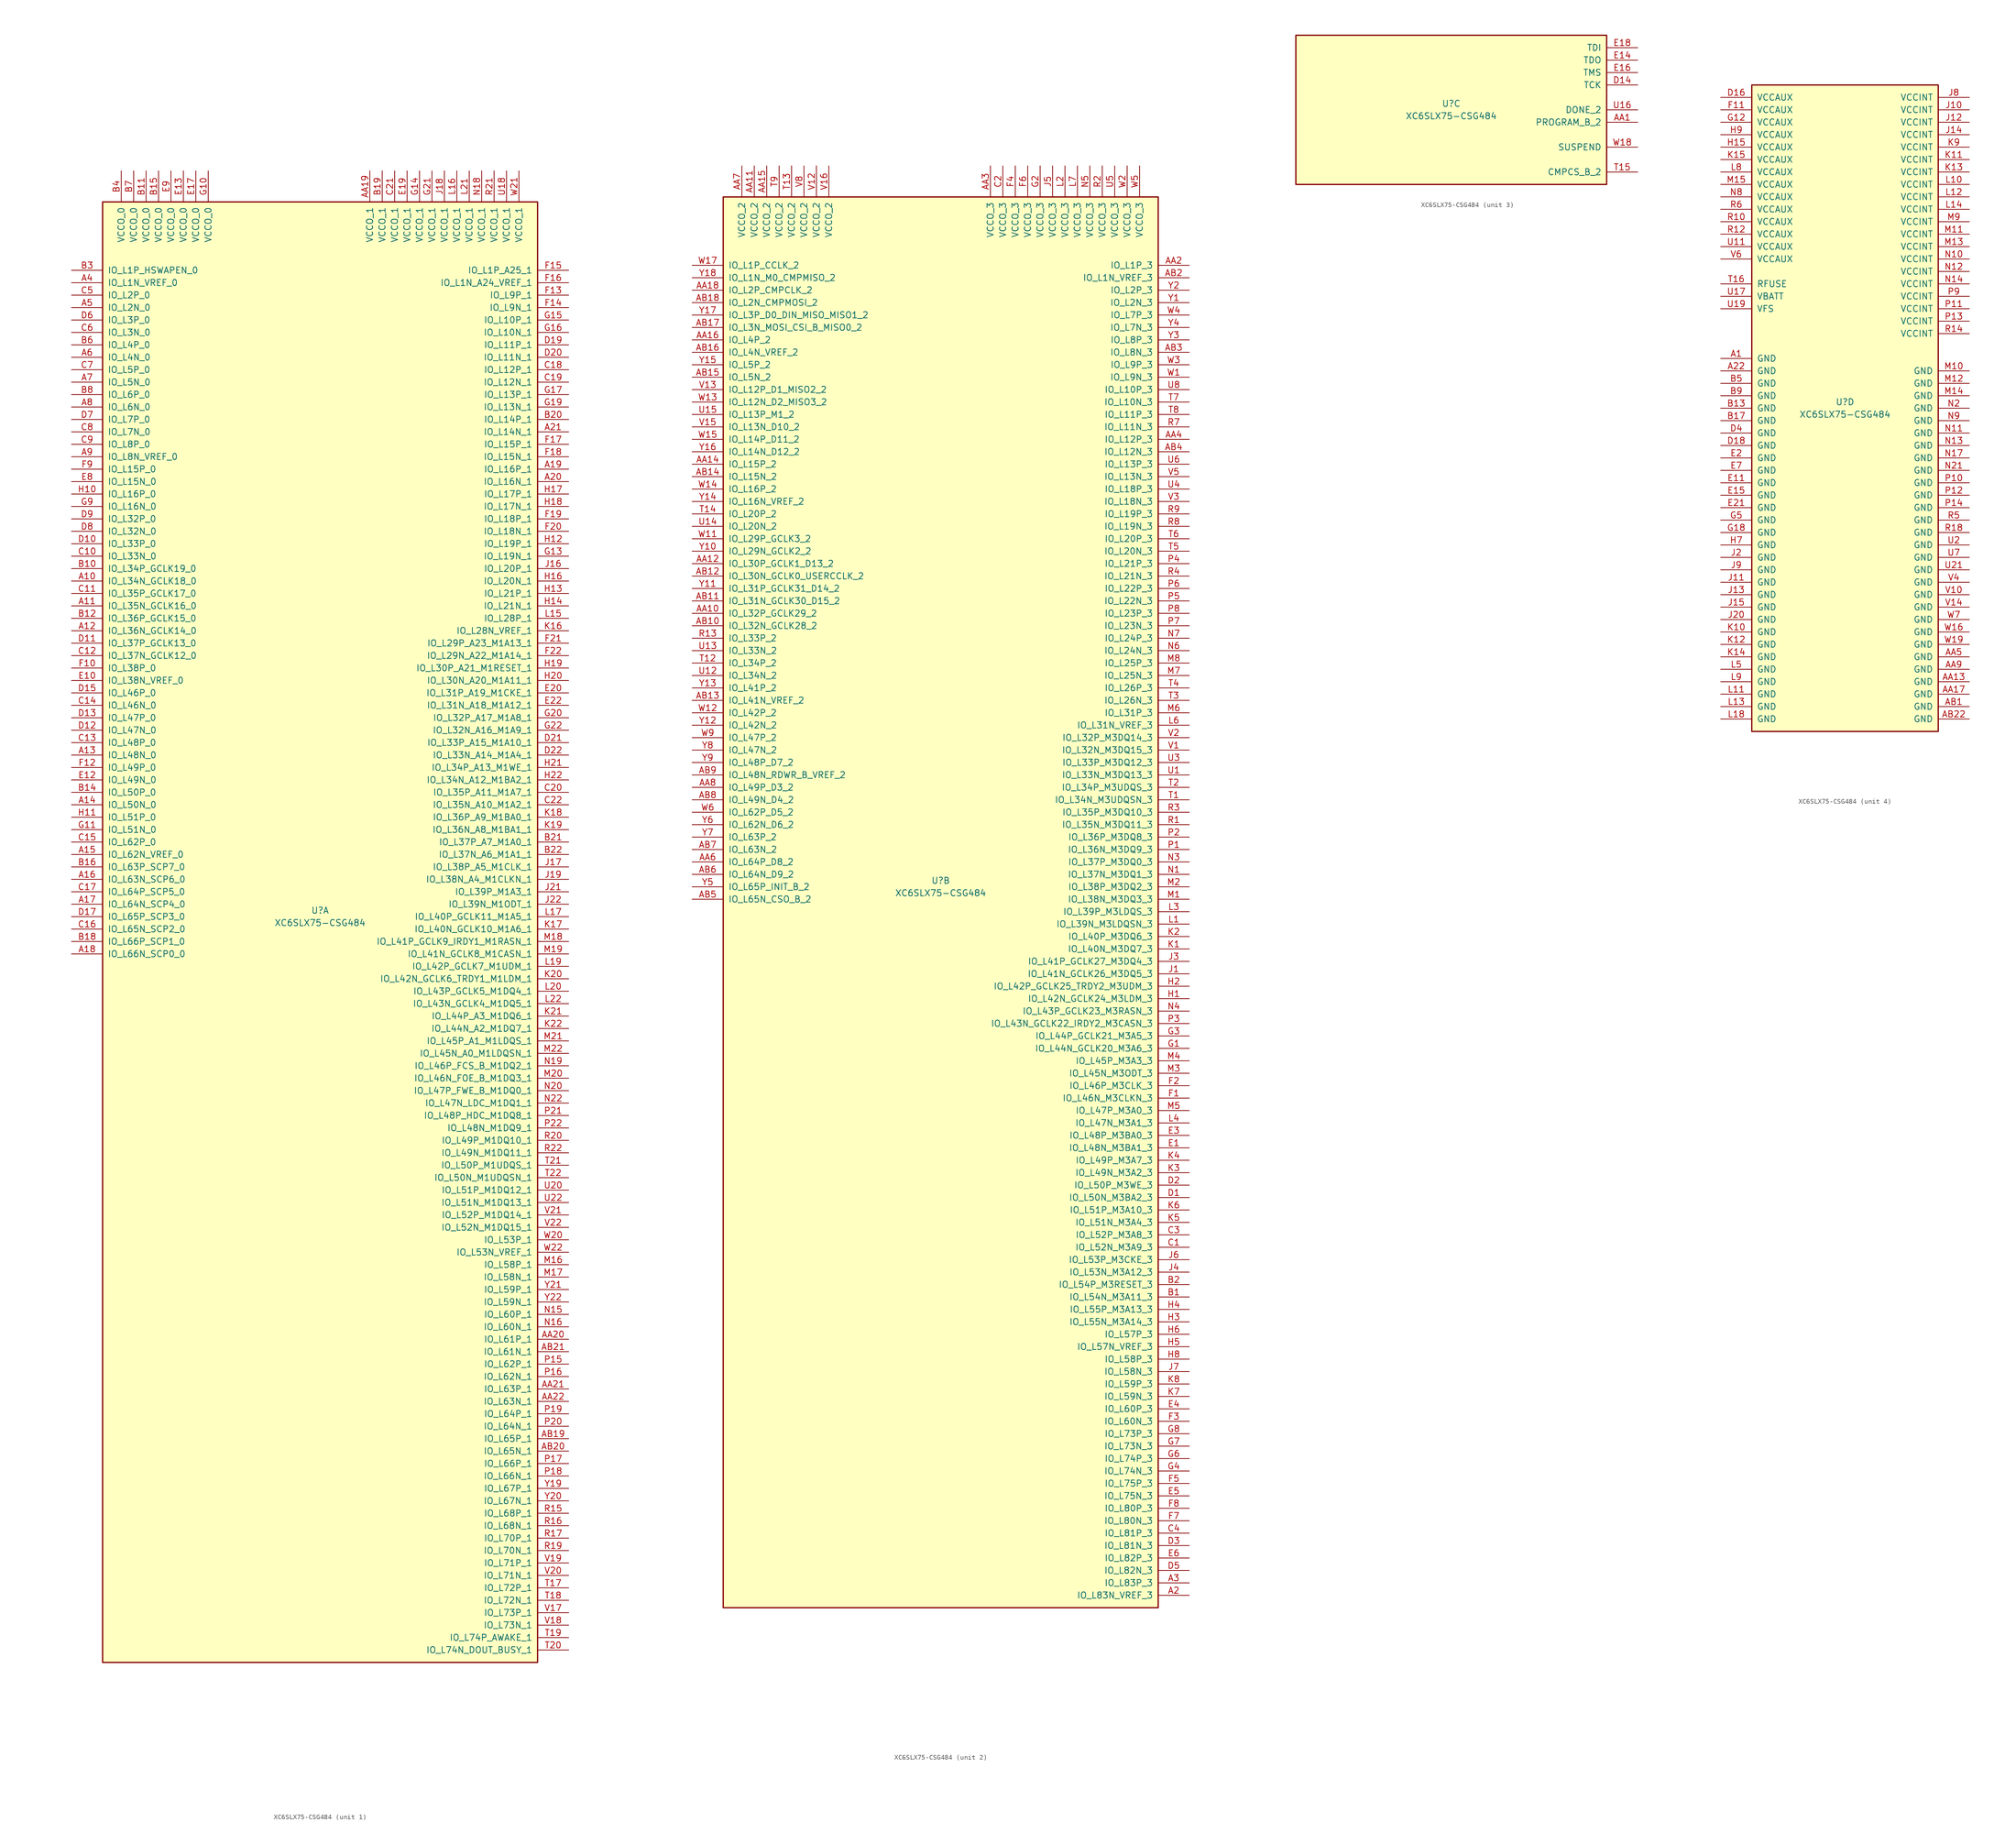
<source format=kicad_sym>
(kicad_symbol_lib
  (version 20211014)
  (generator kicad_symbol_editor)
  (symbol "XC6SLX75-CSG484"
    (pin_names
      (offset 1.016))
    (property "Reference" "U"
      (at 0 1.27 0)
      (effects (font (size 1.27 1.27))))
    (property "Value" "XC6SLX75-CSG484"
      (at 0 -1.27 0)
      (effects (font (size 1.27 1.27))))
    (property "Datasheet" ""
      (at 0 0 0)
      (effects (font (size 1.27 1.27))))
    (property "ki_locked" ""
      (at 0 0 0)
      (effects (font (size 1.27 1.27))))
    (symbol "XC6SLX75-CSG484_1_1"
      (rectangle (start -44.45 146.05) (end 44.45 -152.4) (stroke (width 0.254) (type default) (color 0 0 0 0)) (fill (type background)))
      (pin bidirectional line (at -50.8 68.58 0) (length 6.35) (name "IO_L34N_GCLK18_0" (effects (font (size 1.27 1.27)))) (number "A10" (effects (font (size 1.27 1.27)))))
      (pin bidirectional line (at -50.8 63.5 0) (length 6.35) (name "IO_L35N_GCLK16_0" (effects (font (size 1.27 1.27)))) (number "A11" (effects (font (size 1.27 1.27)))))
      (pin bidirectional line (at -50.8 58.42 0) (length 6.35) (name "IO_L36N_GCLK14_0" (effects (font (size 1.27 1.27)))) (number "A12" (effects (font (size 1.27 1.27)))))
      (pin bidirectional line (at -50.8 33.02 0) (length 6.35) (name "IO_L48N_0" (effects (font (size 1.27 1.27)))) (number "A13" (effects (font (size 1.27 1.27)))))
      (pin bidirectional line (at -50.8 22.86 0) (length 6.35) (name "IO_L50N_0" (effects (font (size 1.27 1.27)))) (number "A14" (effects (font (size 1.27 1.27)))))
      (pin bidirectional line (at -50.8 12.7 0) (length 6.35) (name "IO_L62N_VREF_0" (effects (font (size 1.27 1.27)))) (number "A15" (effects (font (size 1.27 1.27)))))
      (pin bidirectional line (at -50.8 7.62 0) (length 6.35) (name "IO_L63N_SCP6_0" (effects (font (size 1.27 1.27)))) (number "A16" (effects (font (size 1.27 1.27)))))
      (pin bidirectional line (at -50.8 2.54 0) (length 6.35) (name "IO_L64N_SCP4_0" (effects (font (size 1.27 1.27)))) (number "A17" (effects (font (size 1.27 1.27)))))
      (pin bidirectional line (at -50.8 -7.62 0) (length 6.35) (name "IO_L66N_SCP0_0" (effects (font (size 1.27 1.27)))) (number "A18" (effects (font (size 1.27 1.27)))))
      (pin bidirectional line (at 50.8 91.44 180) (length 6.35) (name "IO_L16P_1" (effects (font (size 1.27 1.27)))) (number "A19" (effects (font (size 1.27 1.27)))))
      (pin bidirectional line (at 50.8 88.9 180) (length 6.35) (name "IO_L16N_1" (effects (font (size 1.27 1.27)))) (number "A20" (effects (font (size 1.27 1.27)))))
      (pin bidirectional line (at 50.8 99.06 180) (length 6.35) (name "IO_L14N_1" (effects (font (size 1.27 1.27)))) (number "A21" (effects (font (size 1.27 1.27)))))
      (pin bidirectional line (at -50.8 129.54 0) (length 6.35) (name "IO_L1N_VREF_0" (effects (font (size 1.27 1.27)))) (number "A4" (effects (font (size 1.27 1.27)))))
      (pin bidirectional line (at -50.8 124.46 0) (length 6.35) (name "IO_L2N_0" (effects (font (size 1.27 1.27)))) (number "A5" (effects (font (size 1.27 1.27)))))
      (pin bidirectional line (at -50.8 114.3 0) (length 6.35) (name "IO_L4N_0" (effects (font (size 1.27 1.27)))) (number "A6" (effects (font (size 1.27 1.27)))))
      (pin bidirectional line (at -50.8 109.22 0) (length 6.35) (name "IO_L5N_0" (effects (font (size 1.27 1.27)))) (number "A7" (effects (font (size 1.27 1.27)))))
      (pin bidirectional line (at -50.8 104.14 0) (length 6.35) (name "IO_L6N_0" (effects (font (size 1.27 1.27)))) (number "A8" (effects (font (size 1.27 1.27)))))
      (pin bidirectional line (at -50.8 93.98 0) (length 6.35) (name "IO_L8N_VREF_0" (effects (font (size 1.27 1.27)))) (number "A9" (effects (font (size 1.27 1.27)))))
      (pin power_in line (at 10.16 152.4 270) (length 6.35) (name "VCCO_1" (effects (font (size 1.27 1.27)))) (number "AA19" (effects (font (size 1.27 1.27)))))
      (pin bidirectional line (at 50.8 -86.36 180) (length 6.35) (name "IO_L61P_1" (effects (font (size 1.27 1.27)))) (number "AA20" (effects (font (size 1.27 1.27)))))
      (pin bidirectional line (at 50.8 -96.52 180) (length 6.35) (name "IO_L63P_1" (effects (font (size 1.27 1.27)))) (number "AA21" (effects (font (size 1.27 1.27)))))
      (pin bidirectional line (at 50.8 -99.06 180) (length 6.35) (name "IO_L63N_1" (effects (font (size 1.27 1.27)))) (number "AA22" (effects (font (size 1.27 1.27)))))
      (pin bidirectional line (at 50.8 -106.68 180) (length 6.35) (name "IO_L65P_1" (effects (font (size 1.27 1.27)))) (number "AB19" (effects (font (size 1.27 1.27)))))
      (pin bidirectional line (at 50.8 -109.22 180) (length 6.35) (name "IO_L65N_1" (effects (font (size 1.27 1.27)))) (number "AB20" (effects (font (size 1.27 1.27)))))
      (pin bidirectional line (at 50.8 -88.9 180) (length 6.35) (name "IO_L61N_1" (effects (font (size 1.27 1.27)))) (number "AB21" (effects (font (size 1.27 1.27)))))
      (pin bidirectional line (at -50.8 71.12 0) (length 6.35) (name "IO_L34P_GCLK19_0" (effects (font (size 1.27 1.27)))) (number "B10" (effects (font (size 1.27 1.27)))))
      (pin power_in line (at -35.56 152.4 270) (length 6.35) (name "VCCO_0" (effects (font (size 1.27 1.27)))) (number "B11" (effects (font (size 1.27 1.27)))))
      (pin bidirectional line (at -50.8 60.96 0) (length 6.35) (name "IO_L36P_GCLK15_0" (effects (font (size 1.27 1.27)))) (number "B12" (effects (font (size 1.27 1.27)))))
      (pin bidirectional line (at -50.8 25.4 0) (length 6.35) (name "IO_L50P_0" (effects (font (size 1.27 1.27)))) (number "B14" (effects (font (size 1.27 1.27)))))
      (pin power_in line (at -33.02 152.4 270) (length 6.35) (name "VCCO_0" (effects (font (size 1.27 1.27)))) (number "B15" (effects (font (size 1.27 1.27)))))
      (pin bidirectional line (at -50.8 10.16 0) (length 6.35) (name "IO_L63P_SCP7_0" (effects (font (size 1.27 1.27)))) (number "B16" (effects (font (size 1.27 1.27)))))
      (pin bidirectional line (at -50.8 -5.08 0) (length 6.35) (name "IO_L66P_SCP1_0" (effects (font (size 1.27 1.27)))) (number "B18" (effects (font (size 1.27 1.27)))))
      (pin power_in line (at 12.7 152.4 270) (length 6.35) (name "VCCO_1" (effects (font (size 1.27 1.27)))) (number "B19" (effects (font (size 1.27 1.27)))))
      (pin bidirectional line (at 50.8 101.6 180) (length 6.35) (name "IO_L14P_1" (effects (font (size 1.27 1.27)))) (number "B20" (effects (font (size 1.27 1.27)))))
      (pin bidirectional line (at 50.8 15.24 180) (length 6.35) (name "IO_L37P_A7_M1A0_1" (effects (font (size 1.27 1.27)))) (number "B21" (effects (font (size 1.27 1.27)))))
      (pin bidirectional line (at 50.8 12.7 180) (length 6.35) (name "IO_L37N_A6_M1A1_1" (effects (font (size 1.27 1.27)))) (number "B22" (effects (font (size 1.27 1.27)))))
      (pin bidirectional line (at -50.8 132.08 0) (length 6.35) (name "IO_L1P_HSWAPEN_0" (effects (font (size 1.27 1.27)))) (number "B3" (effects (font (size 1.27 1.27)))))
      (pin power_in line (at -40.64 152.4 270) (length 6.35) (name "VCCO_0" (effects (font (size 1.27 1.27)))) (number "B4" (effects (font (size 1.27 1.27)))))
      (pin bidirectional line (at -50.8 116.84 0) (length 6.35) (name "IO_L4P_0" (effects (font (size 1.27 1.27)))) (number "B6" (effects (font (size 1.27 1.27)))))
      (pin power_in line (at -38.1 152.4 270) (length 6.35) (name "VCCO_0" (effects (font (size 1.27 1.27)))) (number "B7" (effects (font (size 1.27 1.27)))))
      (pin bidirectional line (at -50.8 106.68 0) (length 6.35) (name "IO_L6P_0" (effects (font (size 1.27 1.27)))) (number "B8" (effects (font (size 1.27 1.27)))))
      (pin bidirectional line (at -50.8 73.66 0) (length 6.35) (name "IO_L33N_0" (effects (font (size 1.27 1.27)))) (number "C10" (effects (font (size 1.27 1.27)))))
      (pin bidirectional line (at -50.8 66.04 0) (length 6.35) (name "IO_L35P_GCLK17_0" (effects (font (size 1.27 1.27)))) (number "C11" (effects (font (size 1.27 1.27)))))
      (pin bidirectional line (at -50.8 53.34 0) (length 6.35) (name "IO_L37N_GCLK12_0" (effects (font (size 1.27 1.27)))) (number "C12" (effects (font (size 1.27 1.27)))))
      (pin bidirectional line (at -50.8 35.56 0) (length 6.35) (name "IO_L48P_0" (effects (font (size 1.27 1.27)))) (number "C13" (effects (font (size 1.27 1.27)))))
      (pin bidirectional line (at -50.8 43.18 0) (length 6.35) (name "IO_L46N_0" (effects (font (size 1.27 1.27)))) (number "C14" (effects (font (size 1.27 1.27)))))
      (pin bidirectional line (at -50.8 15.24 0) (length 6.35) (name "IO_L62P_0" (effects (font (size 1.27 1.27)))) (number "C15" (effects (font (size 1.27 1.27)))))
      (pin bidirectional line (at -50.8 -2.54 0) (length 6.35) (name "IO_L65N_SCP2_0" (effects (font (size 1.27 1.27)))) (number "C16" (effects (font (size 1.27 1.27)))))
      (pin bidirectional line (at -50.8 5.08 0) (length 6.35) (name "IO_L64P_SCP5_0" (effects (font (size 1.27 1.27)))) (number "C17" (effects (font (size 1.27 1.27)))))
      (pin bidirectional line (at 50.8 111.76 180) (length 6.35) (name "IO_L12P_1" (effects (font (size 1.27 1.27)))) (number "C18" (effects (font (size 1.27 1.27)))))
      (pin bidirectional line (at 50.8 109.22 180) (length 6.35) (name "IO_L12N_1" (effects (font (size 1.27 1.27)))) (number "C19" (effects (font (size 1.27 1.27)))))
      (pin bidirectional line (at 50.8 25.4 180) (length 6.35) (name "IO_L35P_A11_M1A7_1" (effects (font (size 1.27 1.27)))) (number "C20" (effects (font (size 1.27 1.27)))))
      (pin power_in line (at 15.24 152.4 270) (length 6.35) (name "VCCO_1" (effects (font (size 1.27 1.27)))) (number "C21" (effects (font (size 1.27 1.27)))))
      (pin bidirectional line (at 50.8 22.86 180) (length 6.35) (name "IO_L35N_A10_M1A2_1" (effects (font (size 1.27 1.27)))) (number "C22" (effects (font (size 1.27 1.27)))))
      (pin bidirectional line (at -50.8 127 0) (length 6.35) (name "IO_L2P_0" (effects (font (size 1.27 1.27)))) (number "C5" (effects (font (size 1.27 1.27)))))
      (pin bidirectional line (at -50.8 119.38 0) (length 6.35) (name "IO_L3N_0" (effects (font (size 1.27 1.27)))) (number "C6" (effects (font (size 1.27 1.27)))))
      (pin bidirectional line (at -50.8 111.76 0) (length 6.35) (name "IO_L5P_0" (effects (font (size 1.27 1.27)))) (number "C7" (effects (font (size 1.27 1.27)))))
      (pin bidirectional line (at -50.8 99.06 0) (length 6.35) (name "IO_L7N_0" (effects (font (size 1.27 1.27)))) (number "C8" (effects (font (size 1.27 1.27)))))
      (pin bidirectional line (at -50.8 96.52 0) (length 6.35) (name "IO_L8P_0" (effects (font (size 1.27 1.27)))) (number "C9" (effects (font (size 1.27 1.27)))))
      (pin bidirectional line (at -50.8 76.2 0) (length 6.35) (name "IO_L33P_0" (effects (font (size 1.27 1.27)))) (number "D10" (effects (font (size 1.27 1.27)))))
      (pin bidirectional line (at -50.8 55.88 0) (length 6.35) (name "IO_L37P_GCLK13_0" (effects (font (size 1.27 1.27)))) (number "D11" (effects (font (size 1.27 1.27)))))
      (pin bidirectional line (at -50.8 38.1 0) (length 6.35) (name "IO_L47N_0" (effects (font (size 1.27 1.27)))) (number "D12" (effects (font (size 1.27 1.27)))))
      (pin bidirectional line (at -50.8 40.64 0) (length 6.35) (name "IO_L47P_0" (effects (font (size 1.27 1.27)))) (number "D13" (effects (font (size 1.27 1.27)))))
      (pin bidirectional line (at -50.8 45.72 0) (length 6.35) (name "IO_L46P_0" (effects (font (size 1.27 1.27)))) (number "D15" (effects (font (size 1.27 1.27)))))
      (pin bidirectional line (at -50.8 0 0) (length 6.35) (name "IO_L65P_SCP3_0" (effects (font (size 1.27 1.27)))) (number "D17" (effects (font (size 1.27 1.27)))))
      (pin bidirectional line (at 50.8 116.84 180) (length 6.35) (name "IO_L11P_1" (effects (font (size 1.27 1.27)))) (number "D19" (effects (font (size 1.27 1.27)))))
      (pin bidirectional line (at 50.8 114.3 180) (length 6.35) (name "IO_L11N_1" (effects (font (size 1.27 1.27)))) (number "D20" (effects (font (size 1.27 1.27)))))
      (pin bidirectional line (at 50.8 35.56 180) (length 6.35) (name "IO_L33P_A15_M1A10_1" (effects (font (size 1.27 1.27)))) (number "D21" (effects (font (size 1.27 1.27)))))
      (pin bidirectional line (at 50.8 33.02 180) (length 6.35) (name "IO_L33N_A14_M1A4_1" (effects (font (size 1.27 1.27)))) (number "D22" (effects (font (size 1.27 1.27)))))
      (pin bidirectional line (at -50.8 121.92 0) (length 6.35) (name "IO_L3P_0" (effects (font (size 1.27 1.27)))) (number "D6" (effects (font (size 1.27 1.27)))))
      (pin bidirectional line (at -50.8 101.6 0) (length 6.35) (name "IO_L7P_0" (effects (font (size 1.27 1.27)))) (number "D7" (effects (font (size 1.27 1.27)))))
      (pin bidirectional line (at -50.8 78.74 0) (length 6.35) (name "IO_L32N_0" (effects (font (size 1.27 1.27)))) (number "D8" (effects (font (size 1.27 1.27)))))
      (pin bidirectional line (at -50.8 81.28 0) (length 6.35) (name "IO_L32P_0" (effects (font (size 1.27 1.27)))) (number "D9" (effects (font (size 1.27 1.27)))))
      (pin bidirectional line (at -50.8 48.26 0) (length 6.35) (name "IO_L38N_VREF_0" (effects (font (size 1.27 1.27)))) (number "E10" (effects (font (size 1.27 1.27)))))
      (pin bidirectional line (at -50.8 27.94 0) (length 6.35) (name "IO_L49N_0" (effects (font (size 1.27 1.27)))) (number "E12" (effects (font (size 1.27 1.27)))))
      (pin power_in line (at -27.94 152.4 270) (length 6.35) (name "VCCO_0" (effects (font (size 1.27 1.27)))) (number "E13" (effects (font (size 1.27 1.27)))))
      (pin power_in line (at -25.4 152.4 270) (length 6.35) (name "VCCO_0" (effects (font (size 1.27 1.27)))) (number "E17" (effects (font (size 1.27 1.27)))))
      (pin power_in line (at 17.78 152.4 270) (length 6.35) (name "VCCO_1" (effects (font (size 1.27 1.27)))) (number "E19" (effects (font (size 1.27 1.27)))))
      (pin bidirectional line (at 50.8 45.72 180) (length 6.35) (name "IO_L31P_A19_M1CKE_1" (effects (font (size 1.27 1.27)))) (number "E20" (effects (font (size 1.27 1.27)))))
      (pin bidirectional line (at 50.8 43.18 180) (length 6.35) (name "IO_L31N_A18_M1A12_1" (effects (font (size 1.27 1.27)))) (number "E22" (effects (font (size 1.27 1.27)))))
      (pin bidirectional line (at -50.8 88.9 0) (length 6.35) (name "IO_L15N_0" (effects (font (size 1.27 1.27)))) (number "E8" (effects (font (size 1.27 1.27)))))
      (pin power_in line (at -30.48 152.4 270) (length 6.35) (name "VCCO_0" (effects (font (size 1.27 1.27)))) (number "E9" (effects (font (size 1.27 1.27)))))
      (pin bidirectional line (at -50.8 50.8 0) (length 6.35) (name "IO_L38P_0" (effects (font (size 1.27 1.27)))) (number "F10" (effects (font (size 1.27 1.27)))))
      (pin bidirectional line (at -50.8 30.48 0) (length 6.35) (name "IO_L49P_0" (effects (font (size 1.27 1.27)))) (number "F12" (effects (font (size 1.27 1.27)))))
      (pin bidirectional line (at 50.8 127 180) (length 6.35) (name "IO_L9P_1" (effects (font (size 1.27 1.27)))) (number "F13" (effects (font (size 1.27 1.27)))))
      (pin bidirectional line (at 50.8 124.46 180) (length 6.35) (name "IO_L9N_1" (effects (font (size 1.27 1.27)))) (number "F14" (effects (font (size 1.27 1.27)))))
      (pin bidirectional line (at 50.8 132.08 180) (length 6.35) (name "IO_L1P_A25_1" (effects (font (size 1.27 1.27)))) (number "F15" (effects (font (size 1.27 1.27)))))
      (pin bidirectional line (at 50.8 129.54 180) (length 6.35) (name "IO_L1N_A24_VREF_1" (effects (font (size 1.27 1.27)))) (number "F16" (effects (font (size 1.27 1.27)))))
      (pin bidirectional line (at 50.8 96.52 180) (length 6.35) (name "IO_L15P_1" (effects (font (size 1.27 1.27)))) (number "F17" (effects (font (size 1.27 1.27)))))
      (pin bidirectional line (at 50.8 93.98 180) (length 6.35) (name "IO_L15N_1" (effects (font (size 1.27 1.27)))) (number "F18" (effects (font (size 1.27 1.27)))))
      (pin bidirectional line (at 50.8 81.28 180) (length 6.35) (name "IO_L18P_1" (effects (font (size 1.27 1.27)))) (number "F19" (effects (font (size 1.27 1.27)))))
      (pin bidirectional line (at 50.8 78.74 180) (length 6.35) (name "IO_L18N_1" (effects (font (size 1.27 1.27)))) (number "F20" (effects (font (size 1.27 1.27)))))
      (pin bidirectional line (at 50.8 55.88 180) (length 6.35) (name "IO_L29P_A23_M1A13_1" (effects (font (size 1.27 1.27)))) (number "F21" (effects (font (size 1.27 1.27)))))
      (pin bidirectional line (at 50.8 53.34 180) (length 6.35) (name "IO_L29N_A22_M1A14_1" (effects (font (size 1.27 1.27)))) (number "F22" (effects (font (size 1.27 1.27)))))
      (pin bidirectional line (at -50.8 91.44 0) (length 6.35) (name "IO_L15P_0" (effects (font (size 1.27 1.27)))) (number "F9" (effects (font (size 1.27 1.27)))))
      (pin power_in line (at -22.86 152.4 270) (length 6.35) (name "VCCO_0" (effects (font (size 1.27 1.27)))) (number "G10" (effects (font (size 1.27 1.27)))))
      (pin bidirectional line (at -50.8 17.78 0) (length 6.35) (name "IO_L51N_0" (effects (font (size 1.27 1.27)))) (number "G11" (effects (font (size 1.27 1.27)))))
      (pin bidirectional line (at 50.8 73.66 180) (length 6.35) (name "IO_L19N_1" (effects (font (size 1.27 1.27)))) (number "G13" (effects (font (size 1.27 1.27)))))
      (pin power_in line (at 20.32 152.4 270) (length 6.35) (name "VCCO_1" (effects (font (size 1.27 1.27)))) (number "G14" (effects (font (size 1.27 1.27)))))
      (pin bidirectional line (at 50.8 121.92 180) (length 6.35) (name "IO_L10P_1" (effects (font (size 1.27 1.27)))) (number "G15" (effects (font (size 1.27 1.27)))))
      (pin bidirectional line (at 50.8 119.38 180) (length 6.35) (name "IO_L10N_1" (effects (font (size 1.27 1.27)))) (number "G16" (effects (font (size 1.27 1.27)))))
      (pin bidirectional line (at 50.8 106.68 180) (length 6.35) (name "IO_L13P_1" (effects (font (size 1.27 1.27)))) (number "G17" (effects (font (size 1.27 1.27)))))
      (pin bidirectional line (at 50.8 104.14 180) (length 6.35) (name "IO_L13N_1" (effects (font (size 1.27 1.27)))) (number "G19" (effects (font (size 1.27 1.27)))))
      (pin bidirectional line (at 50.8 40.64 180) (length 6.35) (name "IO_L32P_A17_M1A8_1" (effects (font (size 1.27 1.27)))) (number "G20" (effects (font (size 1.27 1.27)))))
      (pin power_in line (at 22.86 152.4 270) (length 6.35) (name "VCCO_1" (effects (font (size 1.27 1.27)))) (number "G21" (effects (font (size 1.27 1.27)))))
      (pin bidirectional line (at 50.8 38.1 180) (length 6.35) (name "IO_L32N_A16_M1A9_1" (effects (font (size 1.27 1.27)))) (number "G22" (effects (font (size 1.27 1.27)))))
      (pin bidirectional line (at -50.8 83.82 0) (length 6.35) (name "IO_L16N_0" (effects (font (size 1.27 1.27)))) (number "G9" (effects (font (size 1.27 1.27)))))
      (pin bidirectional line (at -50.8 86.36 0) (length 6.35) (name "IO_L16P_0" (effects (font (size 1.27 1.27)))) (number "H10" (effects (font (size 1.27 1.27)))))
      (pin bidirectional line (at -50.8 20.32 0) (length 6.35) (name "IO_L51P_0" (effects (font (size 1.27 1.27)))) (number "H11" (effects (font (size 1.27 1.27)))))
      (pin bidirectional line (at 50.8 76.2 180) (length 6.35) (name "IO_L19P_1" (effects (font (size 1.27 1.27)))) (number "H12" (effects (font (size 1.27 1.27)))))
      (pin bidirectional line (at 50.8 66.04 180) (length 6.35) (name "IO_L21P_1" (effects (font (size 1.27 1.27)))) (number "H13" (effects (font (size 1.27 1.27)))))
      (pin bidirectional line (at 50.8 63.5 180) (length 6.35) (name "IO_L21N_1" (effects (font (size 1.27 1.27)))) (number "H14" (effects (font (size 1.27 1.27)))))
      (pin bidirectional line (at 50.8 68.58 180) (length 6.35) (name "IO_L20N_1" (effects (font (size 1.27 1.27)))) (number "H16" (effects (font (size 1.27 1.27)))))
      (pin bidirectional line (at 50.8 86.36 180) (length 6.35) (name "IO_L17P_1" (effects (font (size 1.27 1.27)))) (number "H17" (effects (font (size 1.27 1.27)))))
      (pin bidirectional line (at 50.8 83.82 180) (length 6.35) (name "IO_L17N_1" (effects (font (size 1.27 1.27)))) (number "H18" (effects (font (size 1.27 1.27)))))
      (pin bidirectional line (at 50.8 50.8 180) (length 6.35) (name "IO_L30P_A21_M1RESET_1" (effects (font (size 1.27 1.27)))) (number "H19" (effects (font (size 1.27 1.27)))))
      (pin bidirectional line (at 50.8 48.26 180) (length 6.35) (name "IO_L30N_A20_M1A11_1" (effects (font (size 1.27 1.27)))) (number "H20" (effects (font (size 1.27 1.27)))))
      (pin bidirectional line (at 50.8 30.48 180) (length 6.35) (name "IO_L34P_A13_M1WE_1" (effects (font (size 1.27 1.27)))) (number "H21" (effects (font (size 1.27 1.27)))))
      (pin bidirectional line (at 50.8 27.94 180) (length 6.35) (name "IO_L34N_A12_M1BA2_1" (effects (font (size 1.27 1.27)))) (number "H22" (effects (font (size 1.27 1.27)))))
      (pin bidirectional line (at 50.8 71.12 180) (length 6.35) (name "IO_L20P_1" (effects (font (size 1.27 1.27)))) (number "J16" (effects (font (size 1.27 1.27)))))
      (pin bidirectional line (at 50.8 10.16 180) (length 6.35) (name "IO_L38P_A5_M1CLK_1" (effects (font (size 1.27 1.27)))) (number "J17" (effects (font (size 1.27 1.27)))))
      (pin power_in line (at 25.4 152.4 270) (length 6.35) (name "VCCO_1" (effects (font (size 1.27 1.27)))) (number "J18" (effects (font (size 1.27 1.27)))))
      (pin bidirectional line (at 50.8 7.62 180) (length 6.35) (name "IO_L38N_A4_M1CLKN_1" (effects (font (size 1.27 1.27)))) (number "J19" (effects (font (size 1.27 1.27)))))
      (pin bidirectional line (at 50.8 5.08 180) (length 6.35) (name "IO_L39P_M1A3_1" (effects (font (size 1.27 1.27)))) (number "J21" (effects (font (size 1.27 1.27)))))
      (pin bidirectional line (at 50.8 2.54 180) (length 6.35) (name "IO_L39N_M1ODT_1" (effects (font (size 1.27 1.27)))) (number "J22" (effects (font (size 1.27 1.27)))))
      (pin bidirectional line (at 50.8 58.42 180) (length 6.35) (name "IO_L28N_VREF_1" (effects (font (size 1.27 1.27)))) (number "K16" (effects (font (size 1.27 1.27)))))
      (pin bidirectional line (at 50.8 -2.54 180) (length 6.35) (name "IO_L40N_GCLK10_M1A6_1" (effects (font (size 1.27 1.27)))) (number "K17" (effects (font (size 1.27 1.27)))))
      (pin bidirectional line (at 50.8 20.32 180) (length 6.35) (name "IO_L36P_A9_M1BA0_1" (effects (font (size 1.27 1.27)))) (number "K18" (effects (font (size 1.27 1.27)))))
      (pin bidirectional line (at 50.8 17.78 180) (length 6.35) (name "IO_L36N_A8_M1BA1_1" (effects (font (size 1.27 1.27)))) (number "K19" (effects (font (size 1.27 1.27)))))
      (pin bidirectional line (at 50.8 -12.7 180) (length 6.35) (name "IO_L42N_GCLK6_TRDY1_M1LDM_1" (effects (font (size 1.27 1.27)))) (number "K20" (effects (font (size 1.27 1.27)))))
      (pin bidirectional line (at 50.8 -20.32 180) (length 6.35) (name "IO_L44P_A3_M1DQ6_1" (effects (font (size 1.27 1.27)))) (number "K21" (effects (font (size 1.27 1.27)))))
      (pin bidirectional line (at 50.8 -22.86 180) (length 6.35) (name "IO_L44N_A2_M1DQ7_1" (effects (font (size 1.27 1.27)))) (number "K22" (effects (font (size 1.27 1.27)))))
      (pin bidirectional line (at 50.8 60.96 180) (length 6.35) (name "IO_L28P_1" (effects (font (size 1.27 1.27)))) (number "L15" (effects (font (size 1.27 1.27)))))
      (pin power_in line (at 27.94 152.4 270) (length 6.35) (name "VCCO_1" (effects (font (size 1.27 1.27)))) (number "L16" (effects (font (size 1.27 1.27)))))
      (pin bidirectional line (at 50.8 0 180) (length 6.35) (name "IO_L40P_GCLK11_M1A5_1" (effects (font (size 1.27 1.27)))) (number "L17" (effects (font (size 1.27 1.27)))))
      (pin bidirectional line (at 50.8 -10.16 180) (length 6.35) (name "IO_L42P_GCLK7_M1UDM_1" (effects (font (size 1.27 1.27)))) (number "L19" (effects (font (size 1.27 1.27)))))
      (pin bidirectional line (at 50.8 -15.24 180) (length 6.35) (name "IO_L43P_GCLK5_M1DQ4_1" (effects (font (size 1.27 1.27)))) (number "L20" (effects (font (size 1.27 1.27)))))
      (pin power_in line (at 30.48 152.4 270) (length 6.35) (name "VCCO_1" (effects (font (size 1.27 1.27)))) (number "L21" (effects (font (size 1.27 1.27)))))
      (pin bidirectional line (at 50.8 -17.78 180) (length 6.35) (name "IO_L43N_GCLK4_M1DQ5_1" (effects (font (size 1.27 1.27)))) (number "L22" (effects (font (size 1.27 1.27)))))
      (pin bidirectional line (at 50.8 -71.12 180) (length 6.35) (name "IO_L58P_1" (effects (font (size 1.27 1.27)))) (number "M16" (effects (font (size 1.27 1.27)))))
      (pin bidirectional line (at 50.8 -73.66 180) (length 6.35) (name "IO_L58N_1" (effects (font (size 1.27 1.27)))) (number "M17" (effects (font (size 1.27 1.27)))))
      (pin bidirectional line (at 50.8 -5.08 180) (length 6.35) (name "IO_L41P_GCLK9_IRDY1_M1RASN_1" (effects (font (size 1.27 1.27)))) (number "M18" (effects (font (size 1.27 1.27)))))
      (pin bidirectional line (at 50.8 -7.62 180) (length 6.35) (name "IO_L41N_GCLK8_M1CASN_1" (effects (font (size 1.27 1.27)))) (number "M19" (effects (font (size 1.27 1.27)))))
      (pin bidirectional line (at 50.8 -33.02 180) (length 6.35) (name "IO_L46N_FOE_B_M1DQ3_1" (effects (font (size 1.27 1.27)))) (number "M20" (effects (font (size 1.27 1.27)))))
      (pin bidirectional line (at 50.8 -25.4 180) (length 6.35) (name "IO_L45P_A1_M1LDQS_1" (effects (font (size 1.27 1.27)))) (number "M21" (effects (font (size 1.27 1.27)))))
      (pin bidirectional line (at 50.8 -27.94 180) (length 6.35) (name "IO_L45N_A0_M1LDQSN_1" (effects (font (size 1.27 1.27)))) (number "M22" (effects (font (size 1.27 1.27)))))
      (pin bidirectional line (at 50.8 -81.28 180) (length 6.35) (name "IO_L60P_1" (effects (font (size 1.27 1.27)))) (number "N15" (effects (font (size 1.27 1.27)))))
      (pin bidirectional line (at 50.8 -83.82 180) (length 6.35) (name "IO_L60N_1" (effects (font (size 1.27 1.27)))) (number "N16" (effects (font (size 1.27 1.27)))))
      (pin power_in line (at 33.02 152.4 270) (length 6.35) (name "VCCO_1" (effects (font (size 1.27 1.27)))) (number "N18" (effects (font (size 1.27 1.27)))))
      (pin bidirectional line (at 50.8 -30.48 180) (length 6.35) (name "IO_L46P_FCS_B_M1DQ2_1" (effects (font (size 1.27 1.27)))) (number "N19" (effects (font (size 1.27 1.27)))))
      (pin bidirectional line (at 50.8 -35.56 180) (length 6.35) (name "IO_L47P_FWE_B_M1DQ0_1" (effects (font (size 1.27 1.27)))) (number "N20" (effects (font (size 1.27 1.27)))))
      (pin bidirectional line (at 50.8 -38.1 180) (length 6.35) (name "IO_L47N_LDC_M1DQ1_1" (effects (font (size 1.27 1.27)))) (number "N22" (effects (font (size 1.27 1.27)))))
      (pin bidirectional line (at 50.8 -91.44 180) (length 6.35) (name "IO_L62P_1" (effects (font (size 1.27 1.27)))) (number "P15" (effects (font (size 1.27 1.27)))))
      (pin bidirectional line (at 50.8 -93.98 180) (length 6.35) (name "IO_L62N_1" (effects (font (size 1.27 1.27)))) (number "P16" (effects (font (size 1.27 1.27)))))
      (pin bidirectional line (at 50.8 -111.76 180) (length 6.35) (name "IO_L66P_1" (effects (font (size 1.27 1.27)))) (number "P17" (effects (font (size 1.27 1.27)))))
      (pin bidirectional line (at 50.8 -114.3 180) (length 6.35) (name "IO_L66N_1" (effects (font (size 1.27 1.27)))) (number "P18" (effects (font (size 1.27 1.27)))))
      (pin bidirectional line (at 50.8 -101.6 180) (length 6.35) (name "IO_L64P_1" (effects (font (size 1.27 1.27)))) (number "P19" (effects (font (size 1.27 1.27)))))
      (pin bidirectional line (at 50.8 -104.14 180) (length 6.35) (name "IO_L64N_1" (effects (font (size 1.27 1.27)))) (number "P20" (effects (font (size 1.27 1.27)))))
      (pin bidirectional line (at 50.8 -40.64 180) (length 6.35) (name "IO_L48P_HDC_M1DQ8_1" (effects (font (size 1.27 1.27)))) (number "P21" (effects (font (size 1.27 1.27)))))
      (pin bidirectional line (at 50.8 -43.18 180) (length 6.35) (name "IO_L48N_M1DQ9_1" (effects (font (size 1.27 1.27)))) (number "P22" (effects (font (size 1.27 1.27)))))
      (pin bidirectional line (at 50.8 -121.92 180) (length 6.35) (name "IO_L68P_1" (effects (font (size 1.27 1.27)))) (number "R15" (effects (font (size 1.27 1.27)))))
      (pin bidirectional line (at 50.8 -124.46 180) (length 6.35) (name "IO_L68N_1" (effects (font (size 1.27 1.27)))) (number "R16" (effects (font (size 1.27 1.27)))))
      (pin bidirectional line (at 50.8 -127 180) (length 6.35) (name "IO_L70P_1" (effects (font (size 1.27 1.27)))) (number "R17" (effects (font (size 1.27 1.27)))))
      (pin bidirectional line (at 50.8 -129.54 180) (length 6.35) (name "IO_L70N_1" (effects (font (size 1.27 1.27)))) (number "R19" (effects (font (size 1.27 1.27)))))
      (pin bidirectional line (at 50.8 -45.72 180) (length 6.35) (name "IO_L49P_M1DQ10_1" (effects (font (size 1.27 1.27)))) (number "R20" (effects (font (size 1.27 1.27)))))
      (pin power_in line (at 35.56 152.4 270) (length 6.35) (name "VCCO_1" (effects (font (size 1.27 1.27)))) (number "R21" (effects (font (size 1.27 1.27)))))
      (pin bidirectional line (at 50.8 -48.26 180) (length 6.35) (name "IO_L49N_M1DQ11_1" (effects (font (size 1.27 1.27)))) (number "R22" (effects (font (size 1.27 1.27)))))
      (pin bidirectional line (at 50.8 -137.16 180) (length 6.35) (name "IO_L72P_1" (effects (font (size 1.27 1.27)))) (number "T17" (effects (font (size 1.27 1.27)))))
      (pin bidirectional line (at 50.8 -139.7 180) (length 6.35) (name "IO_L72N_1" (effects (font (size 1.27 1.27)))) (number "T18" (effects (font (size 1.27 1.27)))))
      (pin bidirectional line (at 50.8 -147.32 180) (length 6.35) (name "IO_L74P_AWAKE_1" (effects (font (size 1.27 1.27)))) (number "T19" (effects (font (size 1.27 1.27)))))
      (pin bidirectional line (at 50.8 -149.86 180) (length 6.35) (name "IO_L74N_DOUT_BUSY_1" (effects (font (size 1.27 1.27)))) (number "T20" (effects (font (size 1.27 1.27)))))
      (pin bidirectional line (at 50.8 -50.8 180) (length 6.35) (name "IO_L50P_M1UDQS_1" (effects (font (size 1.27 1.27)))) (number "T21" (effects (font (size 1.27 1.27)))))
      (pin bidirectional line (at 50.8 -53.34 180) (length 6.35) (name "IO_L50N_M1UDQSN_1" (effects (font (size 1.27 1.27)))) (number "T22" (effects (font (size 1.27 1.27)))))
      (pin power_in line (at 38.1 152.4 270) (length 6.35) (name "VCCO_1" (effects (font (size 1.27 1.27)))) (number "U18" (effects (font (size 1.27 1.27)))))
      (pin bidirectional line (at 50.8 -55.88 180) (length 6.35) (name "IO_L51P_M1DQ12_1" (effects (font (size 1.27 1.27)))) (number "U20" (effects (font (size 1.27 1.27)))))
      (pin bidirectional line (at 50.8 -58.42 180) (length 6.35) (name "IO_L51N_M1DQ13_1" (effects (font (size 1.27 1.27)))) (number "U22" (effects (font (size 1.27 1.27)))))
      (pin bidirectional line (at 50.8 -142.24 180) (length 6.35) (name "IO_L73P_1" (effects (font (size 1.27 1.27)))) (number "V17" (effects (font (size 1.27 1.27)))))
      (pin bidirectional line (at 50.8 -144.78 180) (length 6.35) (name "IO_L73N_1" (effects (font (size 1.27 1.27)))) (number "V18" (effects (font (size 1.27 1.27)))))
      (pin bidirectional line (at 50.8 -132.08 180) (length 6.35) (name "IO_L71P_1" (effects (font (size 1.27 1.27)))) (number "V19" (effects (font (size 1.27 1.27)))))
      (pin bidirectional line (at 50.8 -134.62 180) (length 6.35) (name "IO_L71N_1" (effects (font (size 1.27 1.27)))) (number "V20" (effects (font (size 1.27 1.27)))))
      (pin bidirectional line (at 50.8 -60.96 180) (length 6.35) (name "IO_L52P_M1DQ14_1" (effects (font (size 1.27 1.27)))) (number "V21" (effects (font (size 1.27 1.27)))))
      (pin bidirectional line (at 50.8 -63.5 180) (length 6.35) (name "IO_L52N_M1DQ15_1" (effects (font (size 1.27 1.27)))) (number "V22" (effects (font (size 1.27 1.27)))))
      (pin bidirectional line (at 50.8 -66.04 180) (length 6.35) (name "IO_L53P_1" (effects (font (size 1.27 1.27)))) (number "W20" (effects (font (size 1.27 1.27)))))
      (pin power_in line (at 40.64 152.4 270) (length 6.35) (name "VCCO_1" (effects (font (size 1.27 1.27)))) (number "W21" (effects (font (size 1.27 1.27)))))
      (pin bidirectional line (at 50.8 -68.58 180) (length 6.35) (name "IO_L53N_VREF_1" (effects (font (size 1.27 1.27)))) (number "W22" (effects (font (size 1.27 1.27)))))
      (pin bidirectional line (at 50.8 -116.84 180) (length 6.35) (name "IO_L67P_1" (effects (font (size 1.27 1.27)))) (number "Y19" (effects (font (size 1.27 1.27)))))
      (pin bidirectional line (at 50.8 -119.38 180) (length 6.35) (name "IO_L67N_1" (effects (font (size 1.27 1.27)))) (number "Y20" (effects (font (size 1.27 1.27)))))
      (pin bidirectional line (at 50.8 -76.2 180) (length 6.35) (name "IO_L59P_1" (effects (font (size 1.27 1.27)))) (number "Y21" (effects (font (size 1.27 1.27)))))
      (pin bidirectional line (at 50.8 -78.74 180) (length 6.35) (name "IO_L59N_1" (effects (font (size 1.27 1.27)))) (number "Y22" (effects (font (size 1.27 1.27))))))
    (symbol "XC6SLX75-CSG484_2_1"
      (rectangle (start -44.45 140.97) (end 44.45 -147.32) (stroke (width 0.254) (type default) (color 0 0 0 0)) (fill (type background)))
      (pin bidirectional line (at 50.8 -144.78 180) (length 6.35) (name "IO_L83N_VREF_3" (effects (font (size 1.27 1.27)))) (number "A2" (effects (font (size 1.27 1.27)))))
      (pin bidirectional line (at 50.8 -142.24 180) (length 6.35) (name "IO_L83P_3" (effects (font (size 1.27 1.27)))) (number "A3" (effects (font (size 1.27 1.27)))))
      (pin bidirectional line (at -50.8 55.88 0) (length 6.35) (name "IO_L32P_GCLK29_2" (effects (font (size 1.27 1.27)))) (number "AA10" (effects (font (size 1.27 1.27)))))
      (pin power_in line (at -38.1 147.32 270) (length 6.35) (name "VCCO_2" (effects (font (size 1.27 1.27)))) (number "AA11" (effects (font (size 1.27 1.27)))))
      (pin bidirectional line (at -50.8 66.04 0) (length 6.35) (name "IO_L30P_GCLK1_D13_2" (effects (font (size 1.27 1.27)))) (number "AA12" (effects (font (size 1.27 1.27)))))
      (pin bidirectional line (at -50.8 86.36 0) (length 6.35) (name "IO_L15P_2" (effects (font (size 1.27 1.27)))) (number "AA14" (effects (font (size 1.27 1.27)))))
      (pin power_in line (at -35.56 147.32 270) (length 6.35) (name "VCCO_2" (effects (font (size 1.27 1.27)))) (number "AA15" (effects (font (size 1.27 1.27)))))
      (pin bidirectional line (at -50.8 111.76 0) (length 6.35) (name "IO_L4P_2" (effects (font (size 1.27 1.27)))) (number "AA16" (effects (font (size 1.27 1.27)))))
      (pin bidirectional line (at -50.8 121.92 0) (length 6.35) (name "IO_L2P_CMPCLK_2" (effects (font (size 1.27 1.27)))) (number "AA18" (effects (font (size 1.27 1.27)))))
      (pin bidirectional line (at 50.8 127 180) (length 6.35) (name "IO_L1P_3" (effects (font (size 1.27 1.27)))) (number "AA2" (effects (font (size 1.27 1.27)))))
      (pin power_in line (at 10.16 147.32 270) (length 6.35) (name "VCCO_3" (effects (font (size 1.27 1.27)))) (number "AA3" (effects (font (size 1.27 1.27)))))
      (pin bidirectional line (at 50.8 91.44 180) (length 6.35) (name "IO_L12P_3" (effects (font (size 1.27 1.27)))) (number "AA4" (effects (font (size 1.27 1.27)))))
      (pin bidirectional line (at -50.8 5.08 0) (length 6.35) (name "IO_L64P_D8_2" (effects (font (size 1.27 1.27)))) (number "AA6" (effects (font (size 1.27 1.27)))))
      (pin power_in line (at -40.64 147.32 270) (length 6.35) (name "VCCO_2" (effects (font (size 1.27 1.27)))) (number "AA7" (effects (font (size 1.27 1.27)))))
      (pin bidirectional line (at -50.8 20.32 0) (length 6.35) (name "IO_L49P_D3_2" (effects (font (size 1.27 1.27)))) (number "AA8" (effects (font (size 1.27 1.27)))))
      (pin bidirectional line (at -50.8 53.34 0) (length 6.35) (name "IO_L32N_GCLK28_2" (effects (font (size 1.27 1.27)))) (number "AB10" (effects (font (size 1.27 1.27)))))
      (pin bidirectional line (at -50.8 58.42 0) (length 6.35) (name "IO_L31N_GCLK30_D15_2" (effects (font (size 1.27 1.27)))) (number "AB11" (effects (font (size 1.27 1.27)))))
      (pin bidirectional line (at -50.8 63.5 0) (length 6.35) (name "IO_L30N_GCLK0_USERCCLK_2" (effects (font (size 1.27 1.27)))) (number "AB12" (effects (font (size 1.27 1.27)))))
      (pin bidirectional line (at -50.8 38.1 0) (length 6.35) (name "IO_L41N_VREF_2" (effects (font (size 1.27 1.27)))) (number "AB13" (effects (font (size 1.27 1.27)))))
      (pin bidirectional line (at -50.8 83.82 0) (length 6.35) (name "IO_L15N_2" (effects (font (size 1.27 1.27)))) (number "AB14" (effects (font (size 1.27 1.27)))))
      (pin bidirectional line (at -50.8 104.14 0) (length 6.35) (name "IO_L5N_2" (effects (font (size 1.27 1.27)))) (number "AB15" (effects (font (size 1.27 1.27)))))
      (pin bidirectional line (at -50.8 109.22 0) (length 6.35) (name "IO_L4N_VREF_2" (effects (font (size 1.27 1.27)))) (number "AB16" (effects (font (size 1.27 1.27)))))
      (pin bidirectional line (at -50.8 114.3 0) (length 6.35) (name "IO_L3N_MOSI_CSI_B_MISO0_2" (effects (font (size 1.27 1.27)))) (number "AB17" (effects (font (size 1.27 1.27)))))
      (pin bidirectional line (at -50.8 119.38 0) (length 6.35) (name "IO_L2N_CMPMOSI_2" (effects (font (size 1.27 1.27)))) (number "AB18" (effects (font (size 1.27 1.27)))))
      (pin bidirectional line (at 50.8 124.46 180) (length 6.35) (name "IO_L1N_VREF_3" (effects (font (size 1.27 1.27)))) (number "AB2" (effects (font (size 1.27 1.27)))))
      (pin bidirectional line (at 50.8 109.22 180) (length 6.35) (name "IO_L8N_3" (effects (font (size 1.27 1.27)))) (number "AB3" (effects (font (size 1.27 1.27)))))
      (pin bidirectional line (at 50.8 88.9 180) (length 6.35) (name "IO_L12N_3" (effects (font (size 1.27 1.27)))) (number "AB4" (effects (font (size 1.27 1.27)))))
      (pin bidirectional line (at -50.8 -2.54 0) (length 6.35) (name "IO_L65N_CSO_B_2" (effects (font (size 1.27 1.27)))) (number "AB5" (effects (font (size 1.27 1.27)))))
      (pin bidirectional line (at -50.8 2.54 0) (length 6.35) (name "IO_L64N_D9_2" (effects (font (size 1.27 1.27)))) (number "AB6" (effects (font (size 1.27 1.27)))))
      (pin bidirectional line (at -50.8 7.62 0) (length 6.35) (name "IO_L63N_2" (effects (font (size 1.27 1.27)))) (number "AB7" (effects (font (size 1.27 1.27)))))
      (pin bidirectional line (at -50.8 17.78 0) (length 6.35) (name "IO_L49N_D4_2" (effects (font (size 1.27 1.27)))) (number "AB8" (effects (font (size 1.27 1.27)))))
      (pin bidirectional line (at -50.8 22.86 0) (length 6.35) (name "IO_L48N_RDWR_B_VREF_2" (effects (font (size 1.27 1.27)))) (number "AB9" (effects (font (size 1.27 1.27)))))
      (pin bidirectional line (at 50.8 -83.82 180) (length 6.35) (name "IO_L54N_M3A11_3" (effects (font (size 1.27 1.27)))) (number "B1" (effects (font (size 1.27 1.27)))))
      (pin bidirectional line (at 50.8 -81.28 180) (length 6.35) (name "IO_L54P_M3RESET_3" (effects (font (size 1.27 1.27)))) (number "B2" (effects (font (size 1.27 1.27)))))
      (pin bidirectional line (at 50.8 -73.66 180) (length 6.35) (name "IO_L52N_M3A9_3" (effects (font (size 1.27 1.27)))) (number "C1" (effects (font (size 1.27 1.27)))))
      (pin power_in line (at 12.7 147.32 270) (length 6.35) (name "VCCO_3" (effects (font (size 1.27 1.27)))) (number "C2" (effects (font (size 1.27 1.27)))))
      (pin bidirectional line (at 50.8 -71.12 180) (length 6.35) (name "IO_L52P_M3A8_3" (effects (font (size 1.27 1.27)))) (number "C3" (effects (font (size 1.27 1.27)))))
      (pin bidirectional line (at 50.8 -132.08 180) (length 6.35) (name "IO_L81P_3" (effects (font (size 1.27 1.27)))) (number "C4" (effects (font (size 1.27 1.27)))))
      (pin bidirectional line (at 50.8 -63.5 180) (length 6.35) (name "IO_L50N_M3BA2_3" (effects (font (size 1.27 1.27)))) (number "D1" (effects (font (size 1.27 1.27)))))
      (pin bidirectional line (at 50.8 -60.96 180) (length 6.35) (name "IO_L50P_M3WE_3" (effects (font (size 1.27 1.27)))) (number "D2" (effects (font (size 1.27 1.27)))))
      (pin bidirectional line (at 50.8 -134.62 180) (length 6.35) (name "IO_L81N_3" (effects (font (size 1.27 1.27)))) (number "D3" (effects (font (size 1.27 1.27)))))
      (pin bidirectional line (at 50.8 -139.7 180) (length 6.35) (name "IO_L82N_3" (effects (font (size 1.27 1.27)))) (number "D5" (effects (font (size 1.27 1.27)))))
      (pin bidirectional line (at 50.8 -53.34 180) (length 6.35) (name "IO_L48N_M3BA1_3" (effects (font (size 1.27 1.27)))) (number "E1" (effects (font (size 1.27 1.27)))))
      (pin bidirectional line (at 50.8 -50.8 180) (length 6.35) (name "IO_L48P_M3BA0_3" (effects (font (size 1.27 1.27)))) (number "E3" (effects (font (size 1.27 1.27)))))
      (pin bidirectional line (at 50.8 -106.68 180) (length 6.35) (name "IO_L60P_3" (effects (font (size 1.27 1.27)))) (number "E4" (effects (font (size 1.27 1.27)))))
      (pin bidirectional line (at 50.8 -124.46 180) (length 6.35) (name "IO_L75N_3" (effects (font (size 1.27 1.27)))) (number "E5" (effects (font (size 1.27 1.27)))))
      (pin bidirectional line (at 50.8 -137.16 180) (length 6.35) (name "IO_L82P_3" (effects (font (size 1.27 1.27)))) (number "E6" (effects (font (size 1.27 1.27)))))
      (pin bidirectional line (at 50.8 -43.18 180) (length 6.35) (name "IO_L46N_M3CLKN_3" (effects (font (size 1.27 1.27)))) (number "F1" (effects (font (size 1.27 1.27)))))
      (pin bidirectional line (at 50.8 -40.64 180) (length 6.35) (name "IO_L46P_M3CLK_3" (effects (font (size 1.27 1.27)))) (number "F2" (effects (font (size 1.27 1.27)))))
      (pin bidirectional line (at 50.8 -109.22 180) (length 6.35) (name "IO_L60N_3" (effects (font (size 1.27 1.27)))) (number "F3" (effects (font (size 1.27 1.27)))))
      (pin power_in line (at 15.24 147.32 270) (length 6.35) (name "VCCO_3" (effects (font (size 1.27 1.27)))) (number "F4" (effects (font (size 1.27 1.27)))))
      (pin bidirectional line (at 50.8 -121.92 180) (length 6.35) (name "IO_L75P_3" (effects (font (size 1.27 1.27)))) (number "F5" (effects (font (size 1.27 1.27)))))
      (pin power_in line (at 17.78 147.32 270) (length 6.35) (name "VCCO_3" (effects (font (size 1.27 1.27)))) (number "F6" (effects (font (size 1.27 1.27)))))
      (pin bidirectional line (at 50.8 -129.54 180) (length 6.35) (name "IO_L80N_3" (effects (font (size 1.27 1.27)))) (number "F7" (effects (font (size 1.27 1.27)))))
      (pin bidirectional line (at 50.8 -127 180) (length 6.35) (name "IO_L80P_3" (effects (font (size 1.27 1.27)))) (number "F8" (effects (font (size 1.27 1.27)))))
      (pin bidirectional line (at 50.8 -33.02 180) (length 6.35) (name "IO_L44N_GCLK20_M3A6_3" (effects (font (size 1.27 1.27)))) (number "G1" (effects (font (size 1.27 1.27)))))
      (pin power_in line (at 20.32 147.32 270) (length 6.35) (name "VCCO_3" (effects (font (size 1.27 1.27)))) (number "G2" (effects (font (size 1.27 1.27)))))
      (pin bidirectional line (at 50.8 -30.48 180) (length 6.35) (name "IO_L44P_GCLK21_M3A5_3" (effects (font (size 1.27 1.27)))) (number "G3" (effects (font (size 1.27 1.27)))))
      (pin bidirectional line (at 50.8 -119.38 180) (length 6.35) (name "IO_L74N_3" (effects (font (size 1.27 1.27)))) (number "G4" (effects (font (size 1.27 1.27)))))
      (pin bidirectional line (at 50.8 -116.84 180) (length 6.35) (name "IO_L74P_3" (effects (font (size 1.27 1.27)))) (number "G6" (effects (font (size 1.27 1.27)))))
      (pin bidirectional line (at 50.8 -114.3 180) (length 6.35) (name "IO_L73N_3" (effects (font (size 1.27 1.27)))) (number "G7" (effects (font (size 1.27 1.27)))))
      (pin bidirectional line (at 50.8 -111.76 180) (length 6.35) (name "IO_L73P_3" (effects (font (size 1.27 1.27)))) (number "G8" (effects (font (size 1.27 1.27)))))
      (pin bidirectional line (at 50.8 -22.86 180) (length 6.35) (name "IO_L42N_GCLK24_M3LDM_3" (effects (font (size 1.27 1.27)))) (number "H1" (effects (font (size 1.27 1.27)))))
      (pin bidirectional line (at 50.8 -20.32 180) (length 6.35) (name "IO_L42P_GCLK25_TRDY2_M3UDM_3" (effects (font (size 1.27 1.27)))) (number "H2" (effects (font (size 1.27 1.27)))))
      (pin bidirectional line (at 50.8 -88.9 180) (length 6.35) (name "IO_L55N_M3A14_3" (effects (font (size 1.27 1.27)))) (number "H3" (effects (font (size 1.27 1.27)))))
      (pin bidirectional line (at 50.8 -86.36 180) (length 6.35) (name "IO_L55P_M3A13_3" (effects (font (size 1.27 1.27)))) (number "H4" (effects (font (size 1.27 1.27)))))
      (pin bidirectional line (at 50.8 -93.98 180) (length 6.35) (name "IO_L57N_VREF_3" (effects (font (size 1.27 1.27)))) (number "H5" (effects (font (size 1.27 1.27)))))
      (pin bidirectional line (at 50.8 -91.44 180) (length 6.35) (name "IO_L57P_3" (effects (font (size 1.27 1.27)))) (number "H6" (effects (font (size 1.27 1.27)))))
      (pin bidirectional line (at 50.8 -96.52 180) (length 6.35) (name "IO_L58P_3" (effects (font (size 1.27 1.27)))) (number "H8" (effects (font (size 1.27 1.27)))))
      (pin bidirectional line (at 50.8 -17.78 180) (length 6.35) (name "IO_L41N_GCLK26_M3DQ5_3" (effects (font (size 1.27 1.27)))) (number "J1" (effects (font (size 1.27 1.27)))))
      (pin bidirectional line (at 50.8 -15.24 180) (length 6.35) (name "IO_L41P_GCLK27_M3DQ4_3" (effects (font (size 1.27 1.27)))) (number "J3" (effects (font (size 1.27 1.27)))))
      (pin bidirectional line (at 50.8 -78.74 180) (length 6.35) (name "IO_L53N_M3A12_3" (effects (font (size 1.27 1.27)))) (number "J4" (effects (font (size 1.27 1.27)))))
      (pin power_in line (at 22.86 147.32 270) (length 6.35) (name "VCCO_3" (effects (font (size 1.27 1.27)))) (number "J5" (effects (font (size 1.27 1.27)))))
      (pin bidirectional line (at 50.8 -76.2 180) (length 6.35) (name "IO_L53P_M3CKE_3" (effects (font (size 1.27 1.27)))) (number "J6" (effects (font (size 1.27 1.27)))))
      (pin bidirectional line (at 50.8 -99.06 180) (length 6.35) (name "IO_L58N_3" (effects (font (size 1.27 1.27)))) (number "J7" (effects (font (size 1.27 1.27)))))
      (pin bidirectional line (at 50.8 -12.7 180) (length 6.35) (name "IO_L40N_M3DQ7_3" (effects (font (size 1.27 1.27)))) (number "K1" (effects (font (size 1.27 1.27)))))
      (pin bidirectional line (at 50.8 -10.16 180) (length 6.35) (name "IO_L40P_M3DQ6_3" (effects (font (size 1.27 1.27)))) (number "K2" (effects (font (size 1.27 1.27)))))
      (pin bidirectional line (at 50.8 -58.42 180) (length 6.35) (name "IO_L49N_M3A2_3" (effects (font (size 1.27 1.27)))) (number "K3" (effects (font (size 1.27 1.27)))))
      (pin bidirectional line (at 50.8 -55.88 180) (length 6.35) (name "IO_L49P_M3A7_3" (effects (font (size 1.27 1.27)))) (number "K4" (effects (font (size 1.27 1.27)))))
      (pin bidirectional line (at 50.8 -68.58 180) (length 6.35) (name "IO_L51N_M3A4_3" (effects (font (size 1.27 1.27)))) (number "K5" (effects (font (size 1.27 1.27)))))
      (pin bidirectional line (at 50.8 -66.04 180) (length 6.35) (name "IO_L51P_M3A10_3" (effects (font (size 1.27 1.27)))) (number "K6" (effects (font (size 1.27 1.27)))))
      (pin bidirectional line (at 50.8 -104.14 180) (length 6.35) (name "IO_L59N_3" (effects (font (size 1.27 1.27)))) (number "K7" (effects (font (size 1.27 1.27)))))
      (pin bidirectional line (at 50.8 -101.6 180) (length 6.35) (name "IO_L59P_3" (effects (font (size 1.27 1.27)))) (number "K8" (effects (font (size 1.27 1.27)))))
      (pin bidirectional line (at 50.8 -7.62 180) (length 6.35) (name "IO_L39N_M3LDQSN_3" (effects (font (size 1.27 1.27)))) (number "L1" (effects (font (size 1.27 1.27)))))
      (pin power_in line (at 25.4 147.32 270) (length 6.35) (name "VCCO_3" (effects (font (size 1.27 1.27)))) (number "L2" (effects (font (size 1.27 1.27)))))
      (pin bidirectional line (at 50.8 -5.08 180) (length 6.35) (name "IO_L39P_M3LDQS_3" (effects (font (size 1.27 1.27)))) (number "L3" (effects (font (size 1.27 1.27)))))
      (pin bidirectional line (at 50.8 -48.26 180) (length 6.35) (name "IO_L47N_M3A1_3" (effects (font (size 1.27 1.27)))) (number "L4" (effects (font (size 1.27 1.27)))))
      (pin bidirectional line (at 50.8 33.02 180) (length 6.35) (name "IO_L31N_VREF_3" (effects (font (size 1.27 1.27)))) (number "L6" (effects (font (size 1.27 1.27)))))
      (pin power_in line (at 27.94 147.32 270) (length 6.35) (name "VCCO_3" (effects (font (size 1.27 1.27)))) (number "L7" (effects (font (size 1.27 1.27)))))
      (pin bidirectional line (at 50.8 -2.54 180) (length 6.35) (name "IO_L38N_M3DQ3_3" (effects (font (size 1.27 1.27)))) (number "M1" (effects (font (size 1.27 1.27)))))
      (pin bidirectional line (at 50.8 0 180) (length 6.35) (name "IO_L38P_M3DQ2_3" (effects (font (size 1.27 1.27)))) (number "M2" (effects (font (size 1.27 1.27)))))
      (pin bidirectional line (at 50.8 -38.1 180) (length 6.35) (name "IO_L45N_M3ODT_3" (effects (font (size 1.27 1.27)))) (number "M3" (effects (font (size 1.27 1.27)))))
      (pin bidirectional line (at 50.8 -35.56 180) (length 6.35) (name "IO_L45P_M3A3_3" (effects (font (size 1.27 1.27)))) (number "M4" (effects (font (size 1.27 1.27)))))
      (pin bidirectional line (at 50.8 -45.72 180) (length 6.35) (name "IO_L47P_M3A0_3" (effects (font (size 1.27 1.27)))) (number "M5" (effects (font (size 1.27 1.27)))))
      (pin bidirectional line (at 50.8 35.56 180) (length 6.35) (name "IO_L31P_3" (effects (font (size 1.27 1.27)))) (number "M6" (effects (font (size 1.27 1.27)))))
      (pin bidirectional line (at 50.8 43.18 180) (length 6.35) (name "IO_L25N_3" (effects (font (size 1.27 1.27)))) (number "M7" (effects (font (size 1.27 1.27)))))
      (pin bidirectional line (at 50.8 45.72 180) (length 6.35) (name "IO_L25P_3" (effects (font (size 1.27 1.27)))) (number "M8" (effects (font (size 1.27 1.27)))))
      (pin bidirectional line (at 50.8 2.54 180) (length 6.35) (name "IO_L37N_M3DQ1_3" (effects (font (size 1.27 1.27)))) (number "N1" (effects (font (size 1.27 1.27)))))
      (pin bidirectional line (at 50.8 5.08 180) (length 6.35) (name "IO_L37P_M3DQ0_3" (effects (font (size 1.27 1.27)))) (number "N3" (effects (font (size 1.27 1.27)))))
      (pin bidirectional line (at 50.8 -25.4 180) (length 6.35) (name "IO_L43P_GCLK23_M3RASN_3" (effects (font (size 1.27 1.27)))) (number "N4" (effects (font (size 1.27 1.27)))))
      (pin power_in line (at 30.48 147.32 270) (length 6.35) (name "VCCO_3" (effects (font (size 1.27 1.27)))) (number "N5" (effects (font (size 1.27 1.27)))))
      (pin bidirectional line (at 50.8 48.26 180) (length 6.35) (name "IO_L24N_3" (effects (font (size 1.27 1.27)))) (number "N6" (effects (font (size 1.27 1.27)))))
      (pin bidirectional line (at 50.8 50.8 180) (length 6.35) (name "IO_L24P_3" (effects (font (size 1.27 1.27)))) (number "N7" (effects (font (size 1.27 1.27)))))
      (pin bidirectional line (at 50.8 7.62 180) (length 6.35) (name "IO_L36N_M3DQ9_3" (effects (font (size 1.27 1.27)))) (number "P1" (effects (font (size 1.27 1.27)))))
      (pin bidirectional line (at 50.8 10.16 180) (length 6.35) (name "IO_L36P_M3DQ8_3" (effects (font (size 1.27 1.27)))) (number "P2" (effects (font (size 1.27 1.27)))))
      (pin bidirectional line (at 50.8 -27.94 180) (length 6.35) (name "IO_L43N_GCLK22_IRDY2_M3CASN_3" (effects (font (size 1.27 1.27)))) (number "P3" (effects (font (size 1.27 1.27)))))
      (pin bidirectional line (at 50.8 66.04 180) (length 6.35) (name "IO_L21P_3" (effects (font (size 1.27 1.27)))) (number "P4" (effects (font (size 1.27 1.27)))))
      (pin bidirectional line (at 50.8 58.42 180) (length 6.35) (name "IO_L22N_3" (effects (font (size 1.27 1.27)))) (number "P5" (effects (font (size 1.27 1.27)))))
      (pin bidirectional line (at 50.8 60.96 180) (length 6.35) (name "IO_L22P_3" (effects (font (size 1.27 1.27)))) (number "P6" (effects (font (size 1.27 1.27)))))
      (pin bidirectional line (at 50.8 53.34 180) (length 6.35) (name "IO_L23N_3" (effects (font (size 1.27 1.27)))) (number "P7" (effects (font (size 1.27 1.27)))))
      (pin bidirectional line (at 50.8 55.88 180) (length 6.35) (name "IO_L23P_3" (effects (font (size 1.27 1.27)))) (number "P8" (effects (font (size 1.27 1.27)))))
      (pin bidirectional line (at 50.8 12.7 180) (length 6.35) (name "IO_L35N_M3DQ11_3" (effects (font (size 1.27 1.27)))) (number "R1" (effects (font (size 1.27 1.27)))))
      (pin bidirectional line (at -50.8 50.8 0) (length 6.35) (name "IO_L33P_2" (effects (font (size 1.27 1.27)))) (number "R13" (effects (font (size 1.27 1.27)))))
      (pin power_in line (at 33.02 147.32 270) (length 6.35) (name "VCCO_3" (effects (font (size 1.27 1.27)))) (number "R2" (effects (font (size 1.27 1.27)))))
      (pin bidirectional line (at 50.8 15.24 180) (length 6.35) (name "IO_L35P_M3DQ10_3" (effects (font (size 1.27 1.27)))) (number "R3" (effects (font (size 1.27 1.27)))))
      (pin bidirectional line (at 50.8 63.5 180) (length 6.35) (name "IO_L21N_3" (effects (font (size 1.27 1.27)))) (number "R4" (effects (font (size 1.27 1.27)))))
      (pin bidirectional line (at 50.8 93.98 180) (length 6.35) (name "IO_L11N_3" (effects (font (size 1.27 1.27)))) (number "R7" (effects (font (size 1.27 1.27)))))
      (pin bidirectional line (at 50.8 73.66 180) (length 6.35) (name "IO_L19N_3" (effects (font (size 1.27 1.27)))) (number "R8" (effects (font (size 1.27 1.27)))))
      (pin bidirectional line (at 50.8 76.2 180) (length 6.35) (name "IO_L19P_3" (effects (font (size 1.27 1.27)))) (number "R9" (effects (font (size 1.27 1.27)))))
      (pin bidirectional line (at 50.8 17.78 180) (length 6.35) (name "IO_L34N_M3UDQSN_3" (effects (font (size 1.27 1.27)))) (number "T1" (effects (font (size 1.27 1.27)))))
      (pin bidirectional line (at -50.8 45.72 0) (length 6.35) (name "IO_L34P_2" (effects (font (size 1.27 1.27)))) (number "T12" (effects (font (size 1.27 1.27)))))
      (pin power_in line (at -30.48 147.32 270) (length 6.35) (name "VCCO_2" (effects (font (size 1.27 1.27)))) (number "T13" (effects (font (size 1.27 1.27)))))
      (pin bidirectional line (at -50.8 76.2 0) (length 6.35) (name "IO_L20P_2" (effects (font (size 1.27 1.27)))) (number "T14" (effects (font (size 1.27 1.27)))))
      (pin bidirectional line (at 50.8 20.32 180) (length 6.35) (name "IO_L34P_M3UDQS_3" (effects (font (size 1.27 1.27)))) (number "T2" (effects (font (size 1.27 1.27)))))
      (pin bidirectional line (at 50.8 38.1 180) (length 6.35) (name "IO_L26N_3" (effects (font (size 1.27 1.27)))) (number "T3" (effects (font (size 1.27 1.27)))))
      (pin bidirectional line (at 50.8 40.64 180) (length 6.35) (name "IO_L26P_3" (effects (font (size 1.27 1.27)))) (number "T4" (effects (font (size 1.27 1.27)))))
      (pin bidirectional line (at 50.8 68.58 180) (length 6.35) (name "IO_L20N_3" (effects (font (size 1.27 1.27)))) (number "T5" (effects (font (size 1.27 1.27)))))
      (pin bidirectional line (at 50.8 71.12 180) (length 6.35) (name "IO_L20P_3" (effects (font (size 1.27 1.27)))) (number "T6" (effects (font (size 1.27 1.27)))))
      (pin bidirectional line (at 50.8 99.06 180) (length 6.35) (name "IO_L10N_3" (effects (font (size 1.27 1.27)))) (number "T7" (effects (font (size 1.27 1.27)))))
      (pin bidirectional line (at 50.8 96.52 180) (length 6.35) (name "IO_L11P_3" (effects (font (size 1.27 1.27)))) (number "T8" (effects (font (size 1.27 1.27)))))
      (pin power_in line (at -33.02 147.32 270) (length 6.35) (name "VCCO_2" (effects (font (size 1.27 1.27)))) (number "T9" (effects (font (size 1.27 1.27)))))
      (pin bidirectional line (at 50.8 22.86 180) (length 6.35) (name "IO_L33N_M3DQ13_3" (effects (font (size 1.27 1.27)))) (number "U1" (effects (font (size 1.27 1.27)))))
      (pin bidirectional line (at -50.8 43.18 0) (length 6.35) (name "IO_L34N_2" (effects (font (size 1.27 1.27)))) (number "U12" (effects (font (size 1.27 1.27)))))
      (pin bidirectional line (at -50.8 48.26 0) (length 6.35) (name "IO_L33N_2" (effects (font (size 1.27 1.27)))) (number "U13" (effects (font (size 1.27 1.27)))))
      (pin bidirectional line (at -50.8 73.66 0) (length 6.35) (name "IO_L20N_2" (effects (font (size 1.27 1.27)))) (number "U14" (effects (font (size 1.27 1.27)))))
      (pin bidirectional line (at -50.8 96.52 0) (length 6.35) (name "IO_L13P_M1_2" (effects (font (size 1.27 1.27)))) (number "U15" (effects (font (size 1.27 1.27)))))
      (pin bidirectional line (at 50.8 25.4 180) (length 6.35) (name "IO_L33P_M3DQ12_3" (effects (font (size 1.27 1.27)))) (number "U3" (effects (font (size 1.27 1.27)))))
      (pin bidirectional line (at 50.8 81.28 180) (length 6.35) (name "IO_L18P_3" (effects (font (size 1.27 1.27)))) (number "U4" (effects (font (size 1.27 1.27)))))
      (pin power_in line (at 35.56 147.32 270) (length 6.35) (name "VCCO_3" (effects (font (size 1.27 1.27)))) (number "U5" (effects (font (size 1.27 1.27)))))
      (pin bidirectional line (at 50.8 86.36 180) (length 6.35) (name "IO_L13P_3" (effects (font (size 1.27 1.27)))) (number "U6" (effects (font (size 1.27 1.27)))))
      (pin bidirectional line (at 50.8 101.6 180) (length 6.35) (name "IO_L10P_3" (effects (font (size 1.27 1.27)))) (number "U8" (effects (font (size 1.27 1.27)))))
      (pin bidirectional line (at 50.8 27.94 180) (length 6.35) (name "IO_L32N_M3DQ15_3" (effects (font (size 1.27 1.27)))) (number "V1" (effects (font (size 1.27 1.27)))))
      (pin power_in line (at -25.4 147.32 270) (length 6.35) (name "VCCO_2" (effects (font (size 1.27 1.27)))) (number "V12" (effects (font (size 1.27 1.27)))))
      (pin bidirectional line (at -50.8 101.6 0) (length 6.35) (name "IO_L12P_D1_MISO2_2" (effects (font (size 1.27 1.27)))) (number "V13" (effects (font (size 1.27 1.27)))))
      (pin bidirectional line (at -50.8 93.98 0) (length 6.35) (name "IO_L13N_D10_2" (effects (font (size 1.27 1.27)))) (number "V15" (effects (font (size 1.27 1.27)))))
      (pin power_in line (at -22.86 147.32 270) (length 6.35) (name "VCCO_2" (effects (font (size 1.27 1.27)))) (number "V16" (effects (font (size 1.27 1.27)))))
      (pin bidirectional line (at 50.8 30.48 180) (length 6.35) (name "IO_L32P_M3DQ14_3" (effects (font (size 1.27 1.27)))) (number "V2" (effects (font (size 1.27 1.27)))))
      (pin bidirectional line (at 50.8 78.74 180) (length 6.35) (name "IO_L18N_3" (effects (font (size 1.27 1.27)))) (number "V3" (effects (font (size 1.27 1.27)))))
      (pin bidirectional line (at 50.8 83.82 180) (length 6.35) (name "IO_L13N_3" (effects (font (size 1.27 1.27)))) (number "V5" (effects (font (size 1.27 1.27)))))
      (pin power_in line (at -27.94 147.32 270) (length 6.35) (name "VCCO_2" (effects (font (size 1.27 1.27)))) (number "V8" (effects (font (size 1.27 1.27)))))
      (pin bidirectional line (at 50.8 104.14 180) (length 6.35) (name "IO_L9N_3" (effects (font (size 1.27 1.27)))) (number "W1" (effects (font (size 1.27 1.27)))))
      (pin bidirectional line (at -50.8 71.12 0) (length 6.35) (name "IO_L29P_GCLK3_2" (effects (font (size 1.27 1.27)))) (number "W11" (effects (font (size 1.27 1.27)))))
      (pin bidirectional line (at -50.8 35.56 0) (length 6.35) (name "IO_L42P_2" (effects (font (size 1.27 1.27)))) (number "W12" (effects (font (size 1.27 1.27)))))
      (pin bidirectional line (at -50.8 99.06 0) (length 6.35) (name "IO_L12N_D2_MISO3_2" (effects (font (size 1.27 1.27)))) (number "W13" (effects (font (size 1.27 1.27)))))
      (pin bidirectional line (at -50.8 81.28 0) (length 6.35) (name "IO_L16P_2" (effects (font (size 1.27 1.27)))) (number "W14" (effects (font (size 1.27 1.27)))))
      (pin bidirectional line (at -50.8 91.44 0) (length 6.35) (name "IO_L14P_D11_2" (effects (font (size 1.27 1.27)))) (number "W15" (effects (font (size 1.27 1.27)))))
      (pin bidirectional line (at -50.8 127 0) (length 6.35) (name "IO_L1P_CCLK_2" (effects (font (size 1.27 1.27)))) (number "W17" (effects (font (size 1.27 1.27)))))
      (pin power_in line (at 38.1 147.32 270) (length 6.35) (name "VCCO_3" (effects (font (size 1.27 1.27)))) (number "W2" (effects (font (size 1.27 1.27)))))
      (pin bidirectional line (at 50.8 106.68 180) (length 6.35) (name "IO_L9P_3" (effects (font (size 1.27 1.27)))) (number "W3" (effects (font (size 1.27 1.27)))))
      (pin bidirectional line (at 50.8 116.84 180) (length 6.35) (name "IO_L7P_3" (effects (font (size 1.27 1.27)))) (number "W4" (effects (font (size 1.27 1.27)))))
      (pin power_in line (at 40.64 147.32 270) (length 6.35) (name "VCCO_3" (effects (font (size 1.27 1.27)))) (number "W5" (effects (font (size 1.27 1.27)))))
      (pin bidirectional line (at -50.8 15.24 0) (length 6.35) (name "IO_L62P_D5_2" (effects (font (size 1.27 1.27)))) (number "W6" (effects (font (size 1.27 1.27)))))
      (pin bidirectional line (at -50.8 30.48 0) (length 6.35) (name "IO_L47P_2" (effects (font (size 1.27 1.27)))) (number "W9" (effects (font (size 1.27 1.27)))))
      (pin bidirectional line (at 50.8 119.38 180) (length 6.35) (name "IO_L2N_3" (effects (font (size 1.27 1.27)))) (number "Y1" (effects (font (size 1.27 1.27)))))
      (pin bidirectional line (at -50.8 68.58 0) (length 6.35) (name "IO_L29N_GCLK2_2" (effects (font (size 1.27 1.27)))) (number "Y10" (effects (font (size 1.27 1.27)))))
      (pin bidirectional line (at -50.8 60.96 0) (length 6.35) (name "IO_L31P_GCLK31_D14_2" (effects (font (size 1.27 1.27)))) (number "Y11" (effects (font (size 1.27 1.27)))))
      (pin bidirectional line (at -50.8 33.02 0) (length 6.35) (name "IO_L42N_2" (effects (font (size 1.27 1.27)))) (number "Y12" (effects (font (size 1.27 1.27)))))
      (pin bidirectional line (at -50.8 40.64 0) (length 6.35) (name "IO_L41P_2" (effects (font (size 1.27 1.27)))) (number "Y13" (effects (font (size 1.27 1.27)))))
      (pin bidirectional line (at -50.8 78.74 0) (length 6.35) (name "IO_L16N_VREF_2" (effects (font (size 1.27 1.27)))) (number "Y14" (effects (font (size 1.27 1.27)))))
      (pin bidirectional line (at -50.8 106.68 0) (length 6.35) (name "IO_L5P_2" (effects (font (size 1.27 1.27)))) (number "Y15" (effects (font (size 1.27 1.27)))))
      (pin bidirectional line (at -50.8 88.9 0) (length 6.35) (name "IO_L14N_D12_2" (effects (font (size 1.27 1.27)))) (number "Y16" (effects (font (size 1.27 1.27)))))
      (pin bidirectional line (at -50.8 116.84 0) (length 6.35) (name "IO_L3P_D0_DIN_MISO_MISO1_2" (effects (font (size 1.27 1.27)))) (number "Y17" (effects (font (size 1.27 1.27)))))
      (pin bidirectional line (at -50.8 124.46 0) (length 6.35) (name "IO_L1N_M0_CMPMISO_2" (effects (font (size 1.27 1.27)))) (number "Y18" (effects (font (size 1.27 1.27)))))
      (pin bidirectional line (at 50.8 121.92 180) (length 6.35) (name "IO_L2P_3" (effects (font (size 1.27 1.27)))) (number "Y2" (effects (font (size 1.27 1.27)))))
      (pin bidirectional line (at 50.8 111.76 180) (length 6.35) (name "IO_L8P_3" (effects (font (size 1.27 1.27)))) (number "Y3" (effects (font (size 1.27 1.27)))))
      (pin bidirectional line (at 50.8 114.3 180) (length 6.35) (name "IO_L7N_3" (effects (font (size 1.27 1.27)))) (number "Y4" (effects (font (size 1.27 1.27)))))
      (pin bidirectional line (at -50.8 0 0) (length 6.35) (name "IO_L65P_INIT_B_2" (effects (font (size 1.27 1.27)))) (number "Y5" (effects (font (size 1.27 1.27)))))
      (pin bidirectional line (at -50.8 12.7 0) (length 6.35) (name "IO_L62N_D6_2" (effects (font (size 1.27 1.27)))) (number "Y6" (effects (font (size 1.27 1.27)))))
      (pin bidirectional line (at -50.8 10.16 0) (length 6.35) (name "IO_L63P_2" (effects (font (size 1.27 1.27)))) (number "Y7" (effects (font (size 1.27 1.27)))))
      (pin bidirectional line (at -50.8 27.94 0) (length 6.35) (name "IO_L47N_2" (effects (font (size 1.27 1.27)))) (number "Y8" (effects (font (size 1.27 1.27)))))
      (pin bidirectional line (at -50.8 25.4 0) (length 6.35) (name "IO_L48P_D7_2" (effects (font (size 1.27 1.27)))) (number "Y9" (effects (font (size 1.27 1.27))))))
    (symbol "XC6SLX75-CSG484_3_1"
      (rectangle (start -31.75 15.24) (end 31.75 -15.24) (stroke (width 0.254) (type default) (color 0 0 0 0)) (fill (type background)))
      (pin bidirectional line (at 38.1 -2.54 180) (length 6.35) (name "PROGRAM_B_2" (effects (font (size 1.27 1.27)))) (number "AA1" (effects (font (size 1.27 1.27)))))
      (pin bidirectional line (at 38.1 5.08 180) (length 6.35) (name "TCK" (effects (font (size 1.27 1.27)))) (number "D14" (effects (font (size 1.27 1.27)))))
      (pin bidirectional line (at 38.1 10.16 180) (length 6.35) (name "TDO" (effects (font (size 1.27 1.27)))) (number "E14" (effects (font (size 1.27 1.27)))))
      (pin bidirectional line (at 38.1 7.62 180) (length 6.35) (name "TMS" (effects (font (size 1.27 1.27)))) (number "E16" (effects (font (size 1.27 1.27)))))
      (pin bidirectional line (at 38.1 12.7 180) (length 6.35) (name "TDI" (effects (font (size 1.27 1.27)))) (number "E18" (effects (font (size 1.27 1.27)))))
      (pin bidirectional line (at 38.1 -12.7 180) (length 6.35) (name "CMPCS_B_2" (effects (font (size 1.27 1.27)))) (number "T15" (effects (font (size 1.27 1.27)))))
      (pin bidirectional line (at 38.1 0 180) (length 6.35) (name "DONE_2" (effects (font (size 1.27 1.27)))) (number "U16" (effects (font (size 1.27 1.27)))))
      (pin bidirectional line (at 38.1 -7.62 180) (length 6.35) (name "SUSPEND" (effects (font (size 1.27 1.27)))) (number "W18" (effects (font (size 1.27 1.27))))))
    (symbol "XC6SLX75-CSG484_4_1"
      (rectangle (start -19.05 66.04) (end 19.05 -66.04) (stroke (width 0.254) (type default) (color 0 0 0 0)) (fill (type background)))
      (pin power_in line (at -25.4 10.16 0) (length 6.35) (name "GND" (effects (font (size 1.27 1.27)))) (number "A1" (effects (font (size 1.27 1.27)))))
      (pin power_in line (at -25.4 7.62 0) (length 6.35) (name "GND" (effects (font (size 1.27 1.27)))) (number "A22" (effects (font (size 1.27 1.27)))))
      (pin power_in line (at 25.4 -55.88 180) (length 6.35) (name "GND" (effects (font (size 1.27 1.27)))) (number "AA13" (effects (font (size 1.27 1.27)))))
      (pin power_in line (at 25.4 -58.42 180) (length 6.35) (name "GND" (effects (font (size 1.27 1.27)))) (number "AA17" (effects (font (size 1.27 1.27)))))
      (pin power_in line (at 25.4 -50.8 180) (length 6.35) (name "GND" (effects (font (size 1.27 1.27)))) (number "AA5" (effects (font (size 1.27 1.27)))))
      (pin power_in line (at 25.4 -53.34 180) (length 6.35) (name "GND" (effects (font (size 1.27 1.27)))) (number "AA9" (effects (font (size 1.27 1.27)))))
      (pin power_in line (at 25.4 -60.96 180) (length 6.35) (name "GND" (effects (font (size 1.27 1.27)))) (number "AB1" (effects (font (size 1.27 1.27)))))
      (pin power_in line (at 25.4 -63.5 180) (length 6.35) (name "GND" (effects (font (size 1.27 1.27)))) (number "AB22" (effects (font (size 1.27 1.27)))))
      (pin power_in line (at -25.4 0 0) (length 6.35) (name "GND" (effects (font (size 1.27 1.27)))) (number "B13" (effects (font (size 1.27 1.27)))))
      (pin power_in line (at -25.4 -2.54 0) (length 6.35) (name "GND" (effects (font (size 1.27 1.27)))) (number "B17" (effects (font (size 1.27 1.27)))))
      (pin power_in line (at -25.4 5.08 0) (length 6.35) (name "GND" (effects (font (size 1.27 1.27)))) (number "B5" (effects (font (size 1.27 1.27)))))
      (pin power_in line (at -25.4 2.54 0) (length 6.35) (name "GND" (effects (font (size 1.27 1.27)))) (number "B9" (effects (font (size 1.27 1.27)))))
      (pin power_in line (at -25.4 63.5 0) (length 6.35) (name "VCCAUX" (effects (font (size 1.27 1.27)))) (number "D16" (effects (font (size 1.27 1.27)))))
      (pin power_in line (at -25.4 -7.62 0) (length 6.35) (name "GND" (effects (font (size 1.27 1.27)))) (number "D18" (effects (font (size 1.27 1.27)))))
      (pin power_in line (at -25.4 -5.08 0) (length 6.35) (name "GND" (effects (font (size 1.27 1.27)))) (number "D4" (effects (font (size 1.27 1.27)))))
      (pin power_in line (at -25.4 -15.24 0) (length 6.35) (name "GND" (effects (font (size 1.27 1.27)))) (number "E11" (effects (font (size 1.27 1.27)))))
      (pin power_in line (at -25.4 -17.78 0) (length 6.35) (name "GND" (effects (font (size 1.27 1.27)))) (number "E15" (effects (font (size 1.27 1.27)))))
      (pin power_in line (at -25.4 -10.16 0) (length 6.35) (name "GND" (effects (font (size 1.27 1.27)))) (number "E2" (effects (font (size 1.27 1.27)))))
      (pin power_in line (at -25.4 -20.32 0) (length 6.35) (name "GND" (effects (font (size 1.27 1.27)))) (number "E21" (effects (font (size 1.27 1.27)))))
      (pin power_in line (at -25.4 -12.7 0) (length 6.35) (name "GND" (effects (font (size 1.27 1.27)))) (number "E7" (effects (font (size 1.27 1.27)))))
      (pin power_in line (at -25.4 60.96 0) (length 6.35) (name "VCCAUX" (effects (font (size 1.27 1.27)))) (number "F11" (effects (font (size 1.27 1.27)))))
      (pin power_in line (at -25.4 58.42 0) (length 6.35) (name "VCCAUX" (effects (font (size 1.27 1.27)))) (number "G12" (effects (font (size 1.27 1.27)))))
      (pin power_in line (at -25.4 -25.4 0) (length 6.35) (name "GND" (effects (font (size 1.27 1.27)))) (number "G18" (effects (font (size 1.27 1.27)))))
      (pin power_in line (at -25.4 -22.86 0) (length 6.35) (name "GND" (effects (font (size 1.27 1.27)))) (number "G5" (effects (font (size 1.27 1.27)))))
      (pin power_in line (at -25.4 53.34 0) (length 6.35) (name "VCCAUX" (effects (font (size 1.27 1.27)))) (number "H15" (effects (font (size 1.27 1.27)))))
      (pin power_in line (at -25.4 -27.94 0) (length 6.35) (name "GND" (effects (font (size 1.27 1.27)))) (number "H7" (effects (font (size 1.27 1.27)))))
      (pin power_in line (at -25.4 55.88 0) (length 6.35) (name "VCCAUX" (effects (font (size 1.27 1.27)))) (number "H9" (effects (font (size 1.27 1.27)))))
      (pin power_in line (at 25.4 60.96 180) (length 6.35) (name "VCCINT" (effects (font (size 1.27 1.27)))) (number "J10" (effects (font (size 1.27 1.27)))))
      (pin power_in line (at -25.4 -35.56 0) (length 6.35) (name "GND" (effects (font (size 1.27 1.27)))) (number "J11" (effects (font (size 1.27 1.27)))))
      (pin power_in line (at 25.4 58.42 180) (length 6.35) (name "VCCINT" (effects (font (size 1.27 1.27)))) (number "J12" (effects (font (size 1.27 1.27)))))
      (pin power_in line (at -25.4 -38.1 0) (length 6.35) (name "GND" (effects (font (size 1.27 1.27)))) (number "J13" (effects (font (size 1.27 1.27)))))
      (pin power_in line (at 25.4 55.88 180) (length 6.35) (name "VCCINT" (effects (font (size 1.27 1.27)))) (number "J14" (effects (font (size 1.27 1.27)))))
      (pin power_in line (at -25.4 -40.64 0) (length 6.35) (name "GND" (effects (font (size 1.27 1.27)))) (number "J15" (effects (font (size 1.27 1.27)))))
      (pin power_in line (at -25.4 -30.48 0) (length 6.35) (name "GND" (effects (font (size 1.27 1.27)))) (number "J2" (effects (font (size 1.27 1.27)))))
      (pin power_in line (at -25.4 -43.18 0) (length 6.35) (name "GND" (effects (font (size 1.27 1.27)))) (number "J20" (effects (font (size 1.27 1.27)))))
      (pin power_in line (at 25.4 63.5 180) (length 6.35) (name "VCCINT" (effects (font (size 1.27 1.27)))) (number "J8" (effects (font (size 1.27 1.27)))))
      (pin power_in line (at -25.4 -33.02 0) (length 6.35) (name "GND" (effects (font (size 1.27 1.27)))) (number "J9" (effects (font (size 1.27 1.27)))))
      (pin power_in line (at -25.4 -45.72 0) (length 6.35) (name "GND" (effects (font (size 1.27 1.27)))) (number "K10" (effects (font (size 1.27 1.27)))))
      (pin power_in line (at 25.4 50.8 180) (length 6.35) (name "VCCINT" (effects (font (size 1.27 1.27)))) (number "K11" (effects (font (size 1.27 1.27)))))
      (pin power_in line (at -25.4 -48.26 0) (length 6.35) (name "GND" (effects (font (size 1.27 1.27)))) (number "K12" (effects (font (size 1.27 1.27)))))
      (pin power_in line (at 25.4 48.26 180) (length 6.35) (name "VCCINT" (effects (font (size 1.27 1.27)))) (number "K13" (effects (font (size 1.27 1.27)))))
      (pin power_in line (at -25.4 -50.8 0) (length 6.35) (name "GND" (effects (font (size 1.27 1.27)))) (number "K14" (effects (font (size 1.27 1.27)))))
      (pin power_in line (at -25.4 50.8 0) (length 6.35) (name "VCCAUX" (effects (font (size 1.27 1.27)))) (number "K15" (effects (font (size 1.27 1.27)))))
      (pin power_in line (at 25.4 53.34 180) (length 6.35) (name "VCCINT" (effects (font (size 1.27 1.27)))) (number "K9" (effects (font (size 1.27 1.27)))))
      (pin power_in line (at 25.4 45.72 180) (length 6.35) (name "VCCINT" (effects (font (size 1.27 1.27)))) (number "L10" (effects (font (size 1.27 1.27)))))
      (pin power_in line (at -25.4 -58.42 0) (length 6.35) (name "GND" (effects (font (size 1.27 1.27)))) (number "L11" (effects (font (size 1.27 1.27)))))
      (pin power_in line (at 25.4 43.18 180) (length 6.35) (name "VCCINT" (effects (font (size 1.27 1.27)))) (number "L12" (effects (font (size 1.27 1.27)))))
      (pin power_in line (at -25.4 -60.96 0) (length 6.35) (name "GND" (effects (font (size 1.27 1.27)))) (number "L13" (effects (font (size 1.27 1.27)))))
      (pin power_in line (at 25.4 40.64 180) (length 6.35) (name "VCCINT" (effects (font (size 1.27 1.27)))) (number "L14" (effects (font (size 1.27 1.27)))))
      (pin power_in line (at -25.4 -63.5 0) (length 6.35) (name "GND" (effects (font (size 1.27 1.27)))) (number "L18" (effects (font (size 1.27 1.27)))))
      (pin power_in line (at -25.4 -53.34 0) (length 6.35) (name "GND" (effects (font (size 1.27 1.27)))) (number "L5" (effects (font (size 1.27 1.27)))))
      (pin power_in line (at -25.4 48.26 0) (length 6.35) (name "VCCAUX" (effects (font (size 1.27 1.27)))) (number "L8" (effects (font (size 1.27 1.27)))))
      (pin power_in line (at -25.4 -55.88 0) (length 6.35) (name "GND" (effects (font (size 1.27 1.27)))) (number "L9" (effects (font (size 1.27 1.27)))))
      (pin power_in line (at 25.4 7.62 180) (length 6.35) (name "GND" (effects (font (size 1.27 1.27)))) (number "M10" (effects (font (size 1.27 1.27)))))
      (pin power_in line (at 25.4 35.56 180) (length 6.35) (name "VCCINT" (effects (font (size 1.27 1.27)))) (number "M11" (effects (font (size 1.27 1.27)))))
      (pin power_in line (at 25.4 5.08 180) (length 6.35) (name "GND" (effects (font (size 1.27 1.27)))) (number "M12" (effects (font (size 1.27 1.27)))))
      (pin power_in line (at 25.4 33.02 180) (length 6.35) (name "VCCINT" (effects (font (size 1.27 1.27)))) (number "M13" (effects (font (size 1.27 1.27)))))
      (pin power_in line (at 25.4 2.54 180) (length 6.35) (name "GND" (effects (font (size 1.27 1.27)))) (number "M14" (effects (font (size 1.27 1.27)))))
      (pin power_in line (at -25.4 45.72 0) (length 6.35) (name "VCCAUX" (effects (font (size 1.27 1.27)))) (number "M15" (effects (font (size 1.27 1.27)))))
      (pin power_in line (at 25.4 38.1 180) (length 6.35) (name "VCCINT" (effects (font (size 1.27 1.27)))) (number "M9" (effects (font (size 1.27 1.27)))))
      (pin power_in line (at 25.4 30.48 180) (length 6.35) (name "VCCINT" (effects (font (size 1.27 1.27)))) (number "N10" (effects (font (size 1.27 1.27)))))
      (pin power_in line (at 25.4 -5.08 180) (length 6.35) (name "GND" (effects (font (size 1.27 1.27)))) (number "N11" (effects (font (size 1.27 1.27)))))
      (pin power_in line (at 25.4 27.94 180) (length 6.35) (name "VCCINT" (effects (font (size 1.27 1.27)))) (number "N12" (effects (font (size 1.27 1.27)))))
      (pin power_in line (at 25.4 -7.62 180) (length 6.35) (name "GND" (effects (font (size 1.27 1.27)))) (number "N13" (effects (font (size 1.27 1.27)))))
      (pin power_in line (at 25.4 25.4 180) (length 6.35) (name "VCCINT" (effects (font (size 1.27 1.27)))) (number "N14" (effects (font (size 1.27 1.27)))))
      (pin power_in line (at 25.4 -10.16 180) (length 6.35) (name "GND" (effects (font (size 1.27 1.27)))) (number "N17" (effects (font (size 1.27 1.27)))))
      (pin power_in line (at 25.4 0 180) (length 6.35) (name "GND" (effects (font (size 1.27 1.27)))) (number "N2" (effects (font (size 1.27 1.27)))))
      (pin power_in line (at 25.4 -12.7 180) (length 6.35) (name "GND" (effects (font (size 1.27 1.27)))) (number "N21" (effects (font (size 1.27 1.27)))))
      (pin power_in line (at -25.4 43.18 0) (length 6.35) (name "VCCAUX" (effects (font (size 1.27 1.27)))) (number "N8" (effects (font (size 1.27 1.27)))))
      (pin power_in line (at 25.4 -2.54 180) (length 6.35) (name "GND" (effects (font (size 1.27 1.27)))) (number "N9" (effects (font (size 1.27 1.27)))))
      (pin power_in line (at 25.4 -15.24 180) (length 6.35) (name "GND" (effects (font (size 1.27 1.27)))) (number "P10" (effects (font (size 1.27 1.27)))))
      (pin power_in line (at 25.4 20.32 180) (length 6.35) (name "VCCINT" (effects (font (size 1.27 1.27)))) (number "P11" (effects (font (size 1.27 1.27)))))
      (pin power_in line (at 25.4 -17.78 180) (length 6.35) (name "GND" (effects (font (size 1.27 1.27)))) (number "P12" (effects (font (size 1.27 1.27)))))
      (pin power_in line (at 25.4 17.78 180) (length 6.35) (name "VCCINT" (effects (font (size 1.27 1.27)))) (number "P13" (effects (font (size 1.27 1.27)))))
      (pin power_in line (at 25.4 -20.32 180) (length 6.35) (name "GND" (effects (font (size 1.27 1.27)))) (number "P14" (effects (font (size 1.27 1.27)))))
      (pin power_in line (at 25.4 22.86 180) (length 6.35) (name "VCCINT" (effects (font (size 1.27 1.27)))) (number "P9" (effects (font (size 1.27 1.27)))))
      (pin power_in line (at -25.4 38.1 0) (length 6.35) (name "VCCAUX" (effects (font (size 1.27 1.27)))) (number "R10" (effects (font (size 1.27 1.27)))))
      (pin power_in line (at -25.4 35.56 0) (length 6.35) (name "VCCAUX" (effects (font (size 1.27 1.27)))) (number "R12" (effects (font (size 1.27 1.27)))))
      (pin power_in line (at 25.4 15.24 180) (length 6.35) (name "VCCINT" (effects (font (size 1.27 1.27)))) (number "R14" (effects (font (size 1.27 1.27)))))
      (pin power_in line (at 25.4 -25.4 180) (length 6.35) (name "GND" (effects (font (size 1.27 1.27)))) (number "R18" (effects (font (size 1.27 1.27)))))
      (pin power_in line (at 25.4 -22.86 180) (length 6.35) (name "GND" (effects (font (size 1.27 1.27)))) (number "R5" (effects (font (size 1.27 1.27)))))
      (pin power_in line (at -25.4 40.64 0) (length 6.35) (name "VCCAUX" (effects (font (size 1.27 1.27)))) (number "R6" (effects (font (size 1.27 1.27)))))
      (pin power_in line (at -25.4 25.4 0) (length 6.35) (name "RFUSE" (effects (font (size 1.27 1.27)))) (number "T16" (effects (font (size 1.27 1.27)))))
      (pin power_in line (at -25.4 33.02 0) (length 6.35) (name "VCCAUX" (effects (font (size 1.27 1.27)))) (number "U11" (effects (font (size 1.27 1.27)))))
      (pin power_in line (at -25.4 22.86 0) (length 6.35) (name "VBATT" (effects (font (size 1.27 1.27)))) (number "U17" (effects (font (size 1.27 1.27)))))
      (pin power_in line (at -25.4 20.32 0) (length 6.35) (name "VFS" (effects (font (size 1.27 1.27)))) (number "U19" (effects (font (size 1.27 1.27)))))
      (pin power_in line (at 25.4 -27.94 180) (length 6.35) (name "GND" (effects (font (size 1.27 1.27)))) (number "U2" (effects (font (size 1.27 1.27)))))
      (pin power_in line (at 25.4 -33.02 180) (length 6.35) (name "GND" (effects (font (size 1.27 1.27)))) (number "U21" (effects (font (size 1.27 1.27)))))
      (pin power_in line (at 25.4 -30.48 180) (length 6.35) (name "GND" (effects (font (size 1.27 1.27)))) (number "U7" (effects (font (size 1.27 1.27)))))
      (pin power_in line (at 25.4 -38.1 180) (length 6.35) (name "GND" (effects (font (size 1.27 1.27)))) (number "V10" (effects (font (size 1.27 1.27)))))
      (pin power_in line (at 25.4 -40.64 180) (length 6.35) (name "GND" (effects (font (size 1.27 1.27)))) (number "V14" (effects (font (size 1.27 1.27)))))
      (pin power_in line (at 25.4 -35.56 180) (length 6.35) (name "GND" (effects (font (size 1.27 1.27)))) (number "V4" (effects (font (size 1.27 1.27)))))
      (pin power_in line (at -25.4 30.48 0) (length 6.35) (name "VCCAUX" (effects (font (size 1.27 1.27)))) (number "V6" (effects (font (size 1.27 1.27)))))
      (pin power_in line (at 25.4 -45.72 180) (length 6.35) (name "GND" (effects (font (size 1.27 1.27)))) (number "W16" (effects (font (size 1.27 1.27)))))
      (pin power_in line (at 25.4 -48.26 180) (length 6.35) (name "GND" (effects (font (size 1.27 1.27)))) (number "W19" (effects (font (size 1.27 1.27)))))
      (pin power_in line (at 25.4 -43.18 180) (length 6.35) (name "GND" (effects (font (size 1.27 1.27)))) (number "W7" (effects (font (size 1.27 1.27))))))))
</source>
